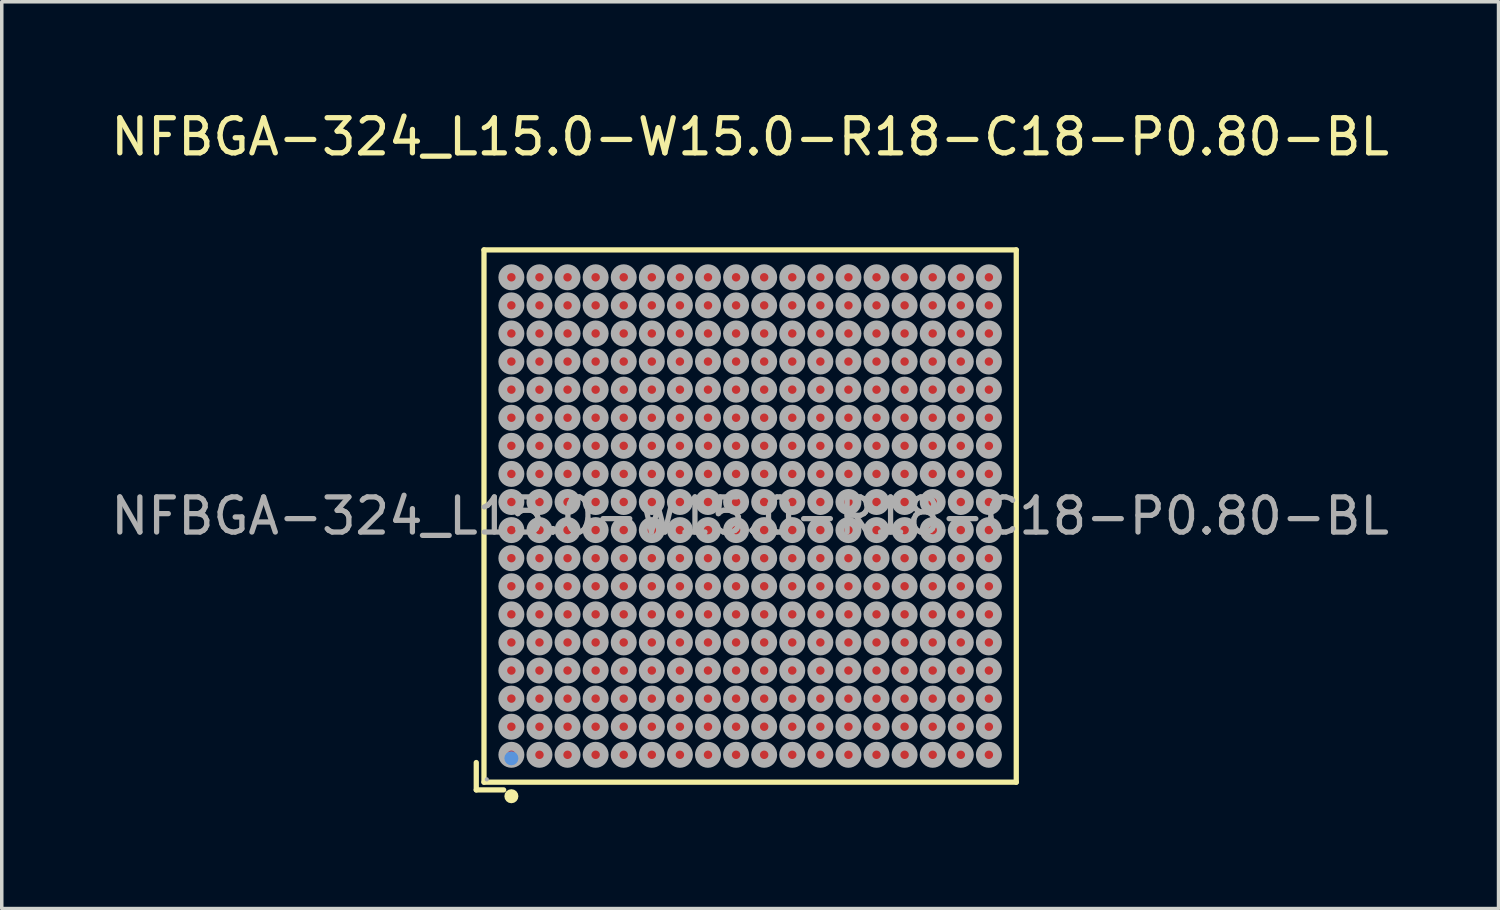
<source format=kicad_pcb>
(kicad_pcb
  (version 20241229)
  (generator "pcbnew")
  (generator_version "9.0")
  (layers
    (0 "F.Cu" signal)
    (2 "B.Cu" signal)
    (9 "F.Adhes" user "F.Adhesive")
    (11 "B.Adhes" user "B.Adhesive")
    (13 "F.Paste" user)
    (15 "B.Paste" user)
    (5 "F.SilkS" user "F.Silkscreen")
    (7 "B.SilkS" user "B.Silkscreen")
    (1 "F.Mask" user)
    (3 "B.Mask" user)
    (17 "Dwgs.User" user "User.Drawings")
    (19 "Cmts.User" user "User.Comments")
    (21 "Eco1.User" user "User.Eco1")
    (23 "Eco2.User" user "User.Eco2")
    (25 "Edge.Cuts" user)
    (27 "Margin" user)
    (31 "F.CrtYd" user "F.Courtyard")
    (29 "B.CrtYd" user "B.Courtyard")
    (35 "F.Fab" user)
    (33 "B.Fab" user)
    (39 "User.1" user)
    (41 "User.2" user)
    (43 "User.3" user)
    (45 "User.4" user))
  (footprint "NFBGA-324_L15.0-W15.0-R18-C18-P0.80-BL"
    (layer "F.Cu")
    (at 18.315 11.648)
    (property "Reference" "NFBGA-324_L15.0-W15.0-R18-C18-P0.80-BL" (at 0 -10.8 0) (layer "F.SilkS") (effects (font (size 1 1) (thickness 0.15))))
    (attr through_hole)
    (fp_line (start -7.8 7.02) (end -7.8 7.8) (stroke (width 0.15) (type solid)) (layer "F.SilkS"))
    (fp_line (start -7.8 7.8) (end -7.02 7.8) (stroke (width 0.15) (type solid)) (layer "F.SilkS"))
    (fp_line (start -7.58 -7.58) (end 7.58 -7.58) (stroke (width 0.15) (type solid)) (layer "F.SilkS"))
    (fp_line (start -7.58 7.58) (end -7.58 -7.58) (stroke (width 0.15) (type solid)) (layer "F.SilkS"))
    (fp_line (start 7.58 -7.58) (end 7.58 7.58) (stroke (width 0.15) (type solid)) (layer "F.SilkS"))
    (fp_line (start 7.58 7.58) (end -7.58 7.58) (stroke (width 0.15) (type solid)) (layer "F.SilkS"))
    (fp_circle (center -6.8 7.98) (end -6.7 7.98) (stroke (width 0.2) (type solid)) (fill no) (layer "F.SilkS"))
    (fp_circle (center -6.8 6.9) (end -6.7 6.9) (stroke (width 0.2) (type solid)) (fill no) (layer "Cmts.User"))
    (fp_circle (center -7.5 7.5) (end -7.47 7.5) (stroke (width 0.06) (type solid)) (fill no) (layer "F.Fab"))
    (fp_circle (center -6.8 -6.8) (end -6.68 -6.8) (stroke (width 0.25) (type solid)) (fill no) (layer "F.Fab"))
    (fp_circle (center -6.8 -6) (end -6.68 -6) (stroke (width 0.25) (type solid)) (fill no) (layer "F.Fab"))
    (fp_circle (center -6.8 -5.2) (end -6.68 -5.2) (stroke (width 0.25) (type solid)) (fill no) (layer "F.Fab"))
    (fp_circle (center -6.8 -4.4) (end -6.68 -4.4) (stroke (width 0.25) (type solid)) (fill no) (layer "F.Fab"))
    (fp_circle (center -6.8 -3.6) (end -6.68 -3.6) (stroke (width 0.25) (type solid)) (fill no) (layer "F.Fab"))
    (fp_circle (center -6.8 -2.8) (end -6.68 -2.8) (stroke (width 0.25) (type solid)) (fill no) (layer "F.Fab"))
    (fp_circle (center -6.8 -2) (end -6.68 -2) (stroke (width 0.25) (type solid)) (fill no) (layer "F.Fab"))
    (fp_circle (center -6.8 -1.2) (end -6.68 -1.2) (stroke (width 0.25) (type solid)) (fill no) (layer "F.Fab"))
    (fp_circle (center -6.8 -0.4) (end -6.68 -0.4) (stroke (width 0.25) (type solid)) (fill no) (layer "F.Fab"))
    (fp_circle (center -6.8 0.4) (end -6.68 0.4) (stroke (width 0.25) (type solid)) (fill no) (layer "F.Fab"))
    (fp_circle (center -6.8 1.2) (end -6.68 1.2) (stroke (width 0.25) (type solid)) (fill no) (layer "F.Fab"))
    (fp_circle (center -6.8 2) (end -6.68 2) (stroke (width 0.25) (type solid)) (fill no) (layer "F.Fab"))
    (fp_circle (center -6.8 2.8) (end -6.68 2.8) (stroke (width 0.25) (type solid)) (fill no) (layer "F.Fab"))
    (fp_circle (center -6.8 3.6) (end -6.68 3.6) (stroke (width 0.25) (type solid)) (fill no) (layer "F.Fab"))
    (fp_circle (center -6.8 4.4) (end -6.68 4.4) (stroke (width 0.25) (type solid)) (fill no) (layer "F.Fab"))
    (fp_circle (center -6.8 5.2) (end -6.68 5.2) (stroke (width 0.25) (type solid)) (fill no) (layer "F.Fab"))
    (fp_circle (center -6.8 6) (end -6.68 6) (stroke (width 0.25) (type solid)) (fill no) (layer "F.Fab"))
    (fp_circle (center -6.8 6.8) (end -6.68 6.8) (stroke (width 0.25) (type solid)) (fill no) (layer "F.Fab"))
    (fp_circle (center -6 -6.8) (end -5.88 -6.8) (stroke (width 0.25) (type solid)) (fill no) (layer "F.Fab"))
    (fp_circle (center -6 -6) (end -5.88 -6) (stroke (width 0.25) (type solid)) (fill no) (layer "F.Fab"))
    (fp_circle (center -6 -5.2) (end -5.88 -5.2) (stroke (width 0.25) (type solid)) (fill no) (layer "F.Fab"))
    (fp_circle (center -6 -4.4) (end -5.88 -4.4) (stroke (width 0.25) (type solid)) (fill no) (layer "F.Fab"))
    (fp_circle (center -6 -3.6) (end -5.88 -3.6) (stroke (width 0.25) (type solid)) (fill no) (layer "F.Fab"))
    (fp_circle (center -6 -2.8) (end -5.88 -2.8) (stroke (width 0.25) (type solid)) (fill no) (layer "F.Fab"))
    (fp_circle (center -6 -2) (end -5.88 -2) (stroke (width 0.25) (type solid)) (fill no) (layer "F.Fab"))
    (fp_circle (center -6 -1.2) (end -5.88 -1.2) (stroke (width 0.25) (type solid)) (fill no) (layer "F.Fab"))
    (fp_circle (center -6 -0.4) (end -5.88 -0.4) (stroke (width 0.25) (type solid)) (fill no) (layer "F.Fab"))
    (fp_circle (center -6 0.4) (end -5.88 0.4) (stroke (width 0.25) (type solid)) (fill no) (layer "F.Fab"))
    (fp_circle (center -6 1.2) (end -5.88 1.2) (stroke (width 0.25) (type solid)) (fill no) (layer "F.Fab"))
    (fp_circle (center -6 2) (end -5.88 2) (stroke (width 0.25) (type solid)) (fill no) (layer "F.Fab"))
    (fp_circle (center -6 2.8) (end -5.88 2.8) (stroke (width 0.25) (type solid)) (fill no) (layer "F.Fab"))
    (fp_circle (center -6 3.6) (end -5.88 3.6) (stroke (width 0.25) (type solid)) (fill no) (layer "F.Fab"))
    (fp_circle (center -6 4.4) (end -5.88 4.4) (stroke (width 0.25) (type solid)) (fill no) (layer "F.Fab"))
    (fp_circle (center -6 5.2) (end -5.88 5.2) (stroke (width 0.25) (type solid)) (fill no) (layer "F.Fab"))
    (fp_circle (center -6 6) (end -5.88 6) (stroke (width 0.25) (type solid)) (fill no) (layer "F.Fab"))
    (fp_circle (center -6 6.8) (end -5.88 6.8) (stroke (width 0.25) (type solid)) (fill no) (layer "F.Fab"))
    (fp_circle (center -5.2 -6.8) (end -5.08 -6.8) (stroke (width 0.25) (type solid)) (fill no) (layer "F.Fab"))
    (fp_circle (center -5.2 -6) (end -5.08 -6) (stroke (width 0.25) (type solid)) (fill no) (layer "F.Fab"))
    (fp_circle (center -5.2 -5.2) (end -5.08 -5.2) (stroke (width 0.25) (type solid)) (fill no) (layer "F.Fab"))
    (fp_circle (center -5.2 -4.4) (end -5.08 -4.4) (stroke (width 0.25) (type solid)) (fill no) (layer "F.Fab"))
    (fp_circle (center -5.2 -3.6) (end -5.08 -3.6) (stroke (width 0.25) (type solid)) (fill no) (layer "F.Fab"))
    (fp_circle (center -5.2 -2.8) (end -5.08 -2.8) (stroke (width 0.25) (type solid)) (fill no) (layer "F.Fab"))
    (fp_circle (center -5.2 -2) (end -5.08 -2) (stroke (width 0.25) (type solid)) (fill no) (layer "F.Fab"))
    (fp_circle (center -5.2 -1.2) (end -5.08 -1.2) (stroke (width 0.25) (type solid)) (fill no) (layer "F.Fab"))
    (fp_circle (center -5.2 -0.4) (end -5.08 -0.4) (stroke (width 0.25) (type solid)) (fill no) (layer "F.Fab"))
    (fp_circle (center -5.2 0.4) (end -5.08 0.4) (stroke (width 0.25) (type solid)) (fill no) (layer "F.Fab"))
    (fp_circle (center -5.2 1.2) (end -5.08 1.2) (stroke (width 0.25) (type solid)) (fill no) (layer "F.Fab"))
    (fp_circle (center -5.2 2) (end -5.08 2) (stroke (width 0.25) (type solid)) (fill no) (layer "F.Fab"))
    (fp_circle (center -5.2 2.8) (end -5.08 2.8) (stroke (width 0.25) (type solid)) (fill no) (layer "F.Fab"))
    (fp_circle (center -5.2 3.6) (end -5.08 3.6) (stroke (width 0.25) (type solid)) (fill no) (layer "F.Fab"))
    (fp_circle (center -5.2 4.4) (end -5.08 4.4) (stroke (width 0.25) (type solid)) (fill no) (layer "F.Fab"))
    (fp_circle (center -5.2 5.2) (end -5.08 5.2) (stroke (width 0.25) (type solid)) (fill no) (layer "F.Fab"))
    (fp_circle (center -5.2 6) (end -5.08 6) (stroke (width 0.25) (type solid)) (fill no) (layer "F.Fab"))
    (fp_circle (center -5.2 6.8) (end -5.08 6.8) (stroke (width 0.25) (type solid)) (fill no) (layer "F.Fab"))
    (fp_circle (center -4.4 -6.8) (end -4.28 -6.8) (stroke (width 0.25) (type solid)) (fill no) (layer "F.Fab"))
    (fp_circle (center -4.4 -6) (end -4.28 -6) (stroke (width 0.25) (type solid)) (fill no) (layer "F.Fab"))
    (fp_circle (center -4.4 -5.2) (end -4.28 -5.2) (stroke (width 0.25) (type solid)) (fill no) (layer "F.Fab"))
    (fp_circle (center -4.4 -4.4) (end -4.28 -4.4) (stroke (width 0.25) (type solid)) (fill no) (layer "F.Fab"))
    (fp_circle (center -4.4 -3.6) (end -4.28 -3.6) (stroke (width 0.25) (type solid)) (fill no) (layer "F.Fab"))
    (fp_circle (center -4.4 -2.8) (end -4.28 -2.8) (stroke (width 0.25) (type solid)) (fill no) (layer "F.Fab"))
    (fp_circle (center -4.4 -2) (end -4.28 -2) (stroke (width 0.25) (type solid)) (fill no) (layer "F.Fab"))
    (fp_circle (center -4.4 -1.2) (end -4.28 -1.2) (stroke (width 0.25) (type solid)) (fill no) (layer "F.Fab"))
    (fp_circle (center -4.4 -0.4) (end -4.28 -0.4) (stroke (width 0.25) (type solid)) (fill no) (layer "F.Fab"))
    (fp_circle (center -4.4 0.4) (end -4.28 0.4) (stroke (width 0.25) (type solid)) (fill no) (layer "F.Fab"))
    (fp_circle (center -4.4 1.2) (end -4.28 1.2) (stroke (width 0.25) (type solid)) (fill no) (layer "F.Fab"))
    (fp_circle (center -4.4 2) (end -4.28 2) (stroke (width 0.25) (type solid)) (fill no) (layer "F.Fab"))
    (fp_circle (center -4.4 2.8) (end -4.28 2.8) (stroke (width 0.25) (type solid)) (fill no) (layer "F.Fab"))
    (fp_circle (center -4.4 3.6) (end -4.28 3.6) (stroke (width 0.25) (type solid)) (fill no) (layer "F.Fab"))
    (fp_circle (center -4.4 4.4) (end -4.28 4.4) (stroke (width 0.25) (type solid)) (fill no) (layer "F.Fab"))
    (fp_circle (center -4.4 5.2) (end -4.28 5.2) (stroke (width 0.25) (type solid)) (fill no) (layer "F.Fab"))
    (fp_circle (center -4.4 6) (end -4.28 6) (stroke (width 0.25) (type solid)) (fill no) (layer "F.Fab"))
    (fp_circle (center -4.4 6.8) (end -4.28 6.8) (stroke (width 0.25) (type solid)) (fill no) (layer "F.Fab"))
    (fp_circle (center -3.6 -6.8) (end -3.48 -6.8) (stroke (width 0.25) (type solid)) (fill no) (layer "F.Fab"))
    (fp_circle (center -3.6 -6) (end -3.48 -6) (stroke (width 0.25) (type solid)) (fill no) (layer "F.Fab"))
    (fp_circle (center -3.6 -5.2) (end -3.48 -5.2) (stroke (width 0.25) (type solid)) (fill no) (layer "F.Fab"))
    (fp_circle (center -3.6 -4.4) (end -3.48 -4.4) (stroke (width 0.25) (type solid)) (fill no) (layer "F.Fab"))
    (fp_circle (center -3.6 -3.6) (end -3.48 -3.6) (stroke (width 0.25) (type solid)) (fill no) (layer "F.Fab"))
    (fp_circle (center -3.6 -2.8) (end -3.48 -2.8) (stroke (width 0.25) (type solid)) (fill no) (layer "F.Fab"))
    (fp_circle (center -3.6 -2) (end -3.48 -2) (stroke (width 0.25) (type solid)) (fill no) (layer "F.Fab"))
    (fp_circle (center -3.6 -1.2) (end -3.48 -1.2) (stroke (width 0.25) (type solid)) (fill no) (layer "F.Fab"))
    (fp_circle (center -3.6 -0.4) (end -3.48 -0.4) (stroke (width 0.25) (type solid)) (fill no) (layer "F.Fab"))
    (fp_circle (center -3.6 0.4) (end -3.48 0.4) (stroke (width 0.25) (type solid)) (fill no) (layer "F.Fab"))
    (fp_circle (center -3.6 1.2) (end -3.48 1.2) (stroke (width 0.25) (type solid)) (fill no) (layer "F.Fab"))
    (fp_circle (center -3.6 2) (end -3.48 2) (stroke (width 0.25) (type solid)) (fill no) (layer "F.Fab"))
    (fp_circle (center -3.6 2.8) (end -3.48 2.8) (stroke (width 0.25) (type solid)) (fill no) (layer "F.Fab"))
    (fp_circle (center -3.6 3.6) (end -3.48 3.6) (stroke (width 0.25) (type solid)) (fill no) (layer "F.Fab"))
    (fp_circle (center -3.6 4.4) (end -3.48 4.4) (stroke (width 0.25) (type solid)) (fill no) (layer "F.Fab"))
    (fp_circle (center -3.6 5.2) (end -3.48 5.2) (stroke (width 0.25) (type solid)) (fill no) (layer "F.Fab"))
    (fp_circle (center -3.6 6) (end -3.48 6) (stroke (width 0.25) (type solid)) (fill no) (layer "F.Fab"))
    (fp_circle (center -3.6 6.8) (end -3.48 6.8) (stroke (width 0.25) (type solid)) (fill no) (layer "F.Fab"))
    (fp_circle (center -2.8 -6.8) (end -2.68 -6.8) (stroke (width 0.25) (type solid)) (fill no) (layer "F.Fab"))
    (fp_circle (center -2.8 -6) (end -2.68 -6) (stroke (width 0.25) (type solid)) (fill no) (layer "F.Fab"))
    (fp_circle (center -2.8 -5.2) (end -2.68 -5.2) (stroke (width 0.25) (type solid)) (fill no) (layer "F.Fab"))
    (fp_circle (center -2.8 -4.4) (end -2.68 -4.4) (stroke (width 0.25) (type solid)) (fill no) (layer "F.Fab"))
    (fp_circle (center -2.8 -3.6) (end -2.68 -3.6) (stroke (width 0.25) (type solid)) (fill no) (layer "F.Fab"))
    (fp_circle (center -2.8 -2.8) (end -2.68 -2.8) (stroke (width 0.25) (type solid)) (fill no) (layer "F.Fab"))
    (fp_circle (center -2.8 -2) (end -2.68 -2) (stroke (width 0.25) (type solid)) (fill no) (layer "F.Fab"))
    (fp_circle (center -2.8 -1.2) (end -2.68 -1.2) (stroke (width 0.25) (type solid)) (fill no) (layer "F.Fab"))
    (fp_circle (center -2.8 -0.4) (end -2.68 -0.4) (stroke (width 0.25) (type solid)) (fill no) (layer "F.Fab"))
    (fp_circle (center -2.8 0.4) (end -2.68 0.4) (stroke (width 0.25) (type solid)) (fill no) (layer "F.Fab"))
    (fp_circle (center -2.8 1.2) (end -2.68 1.2) (stroke (width 0.25) (type solid)) (fill no) (layer "F.Fab"))
    (fp_circle (center -2.8 2) (end -2.68 2) (stroke (width 0.25) (type solid)) (fill no) (layer "F.Fab"))
    (fp_circle (center -2.8 2.8) (end -2.68 2.8) (stroke (width 0.25) (type solid)) (fill no) (layer "F.Fab"))
    (fp_circle (center -2.8 3.6) (end -2.68 3.6) (stroke (width 0.25) (type solid)) (fill no) (layer "F.Fab"))
    (fp_circle (center -2.8 4.4) (end -2.68 4.4) (stroke (width 0.25) (type solid)) (fill no) (layer "F.Fab"))
    (fp_circle (center -2.8 5.2) (end -2.68 5.2) (stroke (width 0.25) (type solid)) (fill no) (layer "F.Fab"))
    (fp_circle (center -2.8 6) (end -2.68 6) (stroke (width 0.25) (type solid)) (fill no) (layer "F.Fab"))
    (fp_circle (center -2.8 6.8) (end -2.68 6.8) (stroke (width 0.25) (type solid)) (fill no) (layer "F.Fab"))
    (fp_circle (center -2 -6.8) (end -1.88 -6.8) (stroke (width 0.25) (type solid)) (fill no) (layer "F.Fab"))
    (fp_circle (center -2 -6) (end -1.88 -6) (stroke (width 0.25) (type solid)) (fill no) (layer "F.Fab"))
    (fp_circle (center -2 -5.2) (end -1.88 -5.2) (stroke (width 0.25) (type solid)) (fill no) (layer "F.Fab"))
    (fp_circle (center -2 -4.4) (end -1.88 -4.4) (stroke (width 0.25) (type solid)) (fill no) (layer "F.Fab"))
    (fp_circle (center -2 -3.6) (end -1.88 -3.6) (stroke (width 0.25) (type solid)) (fill no) (layer "F.Fab"))
    (fp_circle (center -2 -2.8) (end -1.88 -2.8) (stroke (width 0.25) (type solid)) (fill no) (layer "F.Fab"))
    (fp_circle (center -2 -2) (end -1.88 -2) (stroke (width 0.25) (type solid)) (fill no) (layer "F.Fab"))
    (fp_circle (center -2 -1.2) (end -1.88 -1.2) (stroke (width 0.25) (type solid)) (fill no) (layer "F.Fab"))
    (fp_circle (center -2 -0.4) (end -1.88 -0.4) (stroke (width 0.25) (type solid)) (fill no) (layer "F.Fab"))
    (fp_circle (center -2 0.4) (end -1.88 0.4) (stroke (width 0.25) (type solid)) (fill no) (layer "F.Fab"))
    (fp_circle (center -2 1.2) (end -1.88 1.2) (stroke (width 0.25) (type solid)) (fill no) (layer "F.Fab"))
    (fp_circle (center -2 2) (end -1.88 2) (stroke (width 0.25) (type solid)) (fill no) (layer "F.Fab"))
    (fp_circle (center -2 2.8) (end -1.88 2.8) (stroke (width 0.25) (type solid)) (fill no) (layer "F.Fab"))
    (fp_circle (center -2 3.6) (end -1.88 3.6) (stroke (width 0.25) (type solid)) (fill no) (layer "F.Fab"))
    (fp_circle (center -2 4.4) (end -1.88 4.4) (stroke (width 0.25) (type solid)) (fill no) (layer "F.Fab"))
    (fp_circle (center -2 5.2) (end -1.88 5.2) (stroke (width 0.25) (type solid)) (fill no) (layer "F.Fab"))
    (fp_circle (center -2 6) (end -1.88 6) (stroke (width 0.25) (type solid)) (fill no) (layer "F.Fab"))
    (fp_circle (center -2 6.8) (end -1.88 6.8) (stroke (width 0.25) (type solid)) (fill no) (layer "F.Fab"))
    (fp_circle (center -1.2 -6.8) (end -1.08 -6.8) (stroke (width 0.25) (type solid)) (fill no) (layer "F.Fab"))
    (fp_circle (center -1.2 -6) (end -1.08 -6) (stroke (width 0.25) (type solid)) (fill no) (layer "F.Fab"))
    (fp_circle (center -1.2 -5.2) (end -1.08 -5.2) (stroke (width 0.25) (type solid)) (fill no) (layer "F.Fab"))
    (fp_circle (center -1.2 -4.4) (end -1.08 -4.4) (stroke (width 0.25) (type solid)) (fill no) (layer "F.Fab"))
    (fp_circle (center -1.2 -3.6) (end -1.08 -3.6) (stroke (width 0.25) (type solid)) (fill no) (layer "F.Fab"))
    (fp_circle (center -1.2 -2.8) (end -1.08 -2.8) (stroke (width 0.25) (type solid)) (fill no) (layer "F.Fab"))
    (fp_circle (center -1.2 -2) (end -1.08 -2) (stroke (width 0.25) (type solid)) (fill no) (layer "F.Fab"))
    (fp_circle (center -1.2 -1.2) (end -1.08 -1.2) (stroke (width 0.25) (type solid)) (fill no) (layer "F.Fab"))
    (fp_circle (center -1.2 -0.4) (end -1.08 -0.4) (stroke (width 0.25) (type solid)) (fill no) (layer "F.Fab"))
    (fp_circle (center -1.2 0.4) (end -1.08 0.4) (stroke (width 0.25) (type solid)) (fill no) (layer "F.Fab"))
    (fp_circle (center -1.2 1.2) (end -1.08 1.2) (stroke (width 0.25) (type solid)) (fill no) (layer "F.Fab"))
    (fp_circle (center -1.2 2) (end -1.08 2) (stroke (width 0.25) (type solid)) (fill no) (layer "F.Fab"))
    (fp_circle (center -1.2 2.8) (end -1.08 2.8) (stroke (width 0.25) (type solid)) (fill no) (layer "F.Fab"))
    (fp_circle (center -1.2 3.6) (end -1.08 3.6) (stroke (width 0.25) (type solid)) (fill no) (layer "F.Fab"))
    (fp_circle (center -1.2 4.4) (end -1.08 4.4) (stroke (width 0.25) (type solid)) (fill no) (layer "F.Fab"))
    (fp_circle (center -1.2 5.2) (end -1.08 5.2) (stroke (width 0.25) (type solid)) (fill no) (layer "F.Fab"))
    (fp_circle (center -1.2 6) (end -1.08 6) (stroke (width 0.25) (type solid)) (fill no) (layer "F.Fab"))
    (fp_circle (center -1.2 6.8) (end -1.08 6.8) (stroke (width 0.25) (type solid)) (fill no) (layer "F.Fab"))
    (fp_circle (center -0.4 -6.8) (end -0.28 -6.8) (stroke (width 0.25) (type solid)) (fill no) (layer "F.Fab"))
    (fp_circle (center -0.4 -6) (end -0.28 -6) (stroke (width 0.25) (type solid)) (fill no) (layer "F.Fab"))
    (fp_circle (center -0.4 -5.2) (end -0.28 -5.2) (stroke (width 0.25) (type solid)) (fill no) (layer "F.Fab"))
    (fp_circle (center -0.4 -4.4) (end -0.28 -4.4) (stroke (width 0.25) (type solid)) (fill no) (layer "F.Fab"))
    (fp_circle (center -0.4 -3.6) (end -0.28 -3.6) (stroke (width 0.25) (type solid)) (fill no) (layer "F.Fab"))
    (fp_circle (center -0.4 -2.8) (end -0.28 -2.8) (stroke (width 0.25) (type solid)) (fill no) (layer "F.Fab"))
    (fp_circle (center -0.4 -2) (end -0.28 -2) (stroke (width 0.25) (type solid)) (fill no) (layer "F.Fab"))
    (fp_circle (center -0.4 -1.2) (end -0.28 -1.2) (stroke (width 0.25) (type solid)) (fill no) (layer "F.Fab"))
    (fp_circle (center -0.4 -0.4) (end -0.28 -0.4) (stroke (width 0.25) (type solid)) (fill no) (layer "F.Fab"))
    (fp_circle (center -0.4 0.4) (end -0.28 0.4) (stroke (width 0.25) (type solid)) (fill no) (layer "F.Fab"))
    (fp_circle (center -0.4 1.2) (end -0.28 1.2) (stroke (width 0.25) (type solid)) (fill no) (layer "F.Fab"))
    (fp_circle (center -0.4 2) (end -0.28 2) (stroke (width 0.25) (type solid)) (fill no) (layer "F.Fab"))
    (fp_circle (center -0.4 2.8) (end -0.28 2.8) (stroke (width 0.25) (type solid)) (fill no) (layer "F.Fab"))
    (fp_circle (center -0.4 3.6) (end -0.28 3.6) (stroke (width 0.25) (type solid)) (fill no) (layer "F.Fab"))
    (fp_circle (center -0.4 4.4) (end -0.28 4.4) (stroke (width 0.25) (type solid)) (fill no) (layer "F.Fab"))
    (fp_circle (center -0.4 5.2) (end -0.28 5.2) (stroke (width 0.25) (type solid)) (fill no) (layer "F.Fab"))
    (fp_circle (center -0.4 6) (end -0.28 6) (stroke (width 0.25) (type solid)) (fill no) (layer "F.Fab"))
    (fp_circle (center -0.4 6.8) (end -0.28 6.8) (stroke (width 0.25) (type solid)) (fill no) (layer "F.Fab"))
    (fp_circle (center 0.4 -6.8) (end 0.52 -6.8) (stroke (width 0.25) (type solid)) (fill no) (layer "F.Fab"))
    (fp_circle (center 0.4 -6) (end 0.52 -6) (stroke (width 0.25) (type solid)) (fill no) (layer "F.Fab"))
    (fp_circle (center 0.4 -5.2) (end 0.52 -5.2) (stroke (width 0.25) (type solid)) (fill no) (layer "F.Fab"))
    (fp_circle (center 0.4 -4.4) (end 0.52 -4.4) (stroke (width 0.25) (type solid)) (fill no) (layer "F.Fab"))
    (fp_circle (center 0.4 -3.6) (end 0.52 -3.6) (stroke (width 0.25) (type solid)) (fill no) (layer "F.Fab"))
    (fp_circle (center 0.4 -2.8) (end 0.52 -2.8) (stroke (width 0.25) (type solid)) (fill no) (layer "F.Fab"))
    (fp_circle (center 0.4 -2) (end 0.52 -2) (stroke (width 0.25) (type solid)) (fill no) (layer "F.Fab"))
    (fp_circle (center 0.4 -1.2) (end 0.52 -1.2) (stroke (width 0.25) (type solid)) (fill no) (layer "F.Fab"))
    (fp_circle (center 0.4 -0.4) (end 0.52 -0.4) (stroke (width 0.25) (type solid)) (fill no) (layer "F.Fab"))
    (fp_circle (center 0.4 0.4) (end 0.52 0.4) (stroke (width 0.25) (type solid)) (fill no) (layer "F.Fab"))
    (fp_circle (center 0.4 1.2) (end 0.52 1.2) (stroke (width 0.25) (type solid)) (fill no) (layer "F.Fab"))
    (fp_circle (center 0.4 2) (end 0.52 2) (stroke (width 0.25) (type solid)) (fill no) (layer "F.Fab"))
    (fp_circle (center 0.4 2.8) (end 0.52 2.8) (stroke (width 0.25) (type solid)) (fill no) (layer "F.Fab"))
    (fp_circle (center 0.4 3.6) (end 0.52 3.6) (stroke (width 0.25) (type solid)) (fill no) (layer "F.Fab"))
    (fp_circle (center 0.4 4.4) (end 0.52 4.4) (stroke (width 0.25) (type solid)) (fill no) (layer "F.Fab"))
    (fp_circle (center 0.4 5.2) (end 0.52 5.2) (stroke (width 0.25) (type solid)) (fill no) (layer "F.Fab"))
    (fp_circle (center 0.4 6) (end 0.52 6) (stroke (width 0.25) (type solid)) (fill no) (layer "F.Fab"))
    (fp_circle (center 0.4 6.8) (end 0.52 6.8) (stroke (width 0.25) (type solid)) (fill no) (layer "F.Fab"))
    (fp_circle (center 1.2 -6.8) (end 1.32 -6.8) (stroke (width 0.25) (type solid)) (fill no) (layer "F.Fab"))
    (fp_circle (center 1.2 -6) (end 1.32 -6) (stroke (width 0.25) (type solid)) (fill no) (layer "F.Fab"))
    (fp_circle (center 1.2 -5.2) (end 1.32 -5.2) (stroke (width 0.25) (type solid)) (fill no) (layer "F.Fab"))
    (fp_circle (center 1.2 -4.4) (end 1.32 -4.4) (stroke (width 0.25) (type solid)) (fill no) (layer "F.Fab"))
    (fp_circle (center 1.2 -3.6) (end 1.32 -3.6) (stroke (width 0.25) (type solid)) (fill no) (layer "F.Fab"))
    (fp_circle (center 1.2 -2.8) (end 1.32 -2.8) (stroke (width 0.25) (type solid)) (fill no) (layer "F.Fab"))
    (fp_circle (center 1.2 -2) (end 1.32 -2) (stroke (width 0.25) (type solid)) (fill no) (layer "F.Fab"))
    (fp_circle (center 1.2 -1.2) (end 1.32 -1.2) (stroke (width 0.25) (type solid)) (fill no) (layer "F.Fab"))
    (fp_circle (center 1.2 -0.4) (end 1.32 -0.4) (stroke (width 0.25) (type solid)) (fill no) (layer "F.Fab"))
    (fp_circle (center 1.2 0.4) (end 1.32 0.4) (stroke (width 0.25) (type solid)) (fill no) (layer "F.Fab"))
    (fp_circle (center 1.2 1.2) (end 1.32 1.2) (stroke (width 0.25) (type solid)) (fill no) (layer "F.Fab"))
    (fp_circle (center 1.2 2) (end 1.32 2) (stroke (width 0.25) (type solid)) (fill no) (layer "F.Fab"))
    (fp_circle (center 1.2 2.8) (end 1.32 2.8) (stroke (width 0.25) (type solid)) (fill no) (layer "F.Fab"))
    (fp_circle (center 1.2 3.6) (end 1.32 3.6) (stroke (width 0.25) (type solid)) (fill no) (layer "F.Fab"))
    (fp_circle (center 1.2 4.4) (end 1.32 4.4) (stroke (width 0.25) (type solid)) (fill no) (layer "F.Fab"))
    (fp_circle (center 1.2 5.2) (end 1.32 5.2) (stroke (width 0.25) (type solid)) (fill no) (layer "F.Fab"))
    (fp_circle (center 1.2 6) (end 1.32 6) (stroke (width 0.25) (type solid)) (fill no) (layer "F.Fab"))
    (fp_circle (center 1.2 6.8) (end 1.32 6.8) (stroke (width 0.25) (type solid)) (fill no) (layer "F.Fab"))
    (fp_circle (center 2 -6.8) (end 2.12 -6.8) (stroke (width 0.25) (type solid)) (fill no) (layer "F.Fab"))
    (fp_circle (center 2 -6) (end 2.12 -6) (stroke (width 0.25) (type solid)) (fill no) (layer "F.Fab"))
    (fp_circle (center 2 -5.2) (end 2.12 -5.2) (stroke (width 0.25) (type solid)) (fill no) (layer "F.Fab"))
    (fp_circle (center 2 -4.4) (end 2.12 -4.4) (stroke (width 0.25) (type solid)) (fill no) (layer "F.Fab"))
    (fp_circle (center 2 -3.6) (end 2.12 -3.6) (stroke (width 0.25) (type solid)) (fill no) (layer "F.Fab"))
    (fp_circle (center 2 -2.8) (end 2.12 -2.8) (stroke (width 0.25) (type solid)) (fill no) (layer "F.Fab"))
    (fp_circle (center 2 -2) (end 2.12 -2) (stroke (width 0.25) (type solid)) (fill no) (layer "F.Fab"))
    (fp_circle (center 2 -1.2) (end 2.12 -1.2) (stroke (width 0.25) (type solid)) (fill no) (layer "F.Fab"))
    (fp_circle (center 2 -0.4) (end 2.12 -0.4) (stroke (width 0.25) (type solid)) (fill no) (layer "F.Fab"))
    (fp_circle (center 2 0.4) (end 2.12 0.4) (stroke (width 0.25) (type solid)) (fill no) (layer "F.Fab"))
    (fp_circle (center 2 1.2) (end 2.12 1.2) (stroke (width 0.25) (type solid)) (fill no) (layer "F.Fab"))
    (fp_circle (center 2 2) (end 2.12 2) (stroke (width 0.25) (type solid)) (fill no) (layer "F.Fab"))
    (fp_circle (center 2 2.8) (end 2.12 2.8) (stroke (width 0.25) (type solid)) (fill no) (layer "F.Fab"))
    (fp_circle (center 2 3.6) (end 2.12 3.6) (stroke (width 0.25) (type solid)) (fill no) (layer "F.Fab"))
    (fp_circle (center 2 4.4) (end 2.12 4.4) (stroke (width 0.25) (type solid)) (fill no) (layer "F.Fab"))
    (fp_circle (center 2 5.2) (end 2.12 5.2) (stroke (width 0.25) (type solid)) (fill no) (layer "F.Fab"))
    (fp_circle (center 2 6) (end 2.12 6) (stroke (width 0.25) (type solid)) (fill no) (layer "F.Fab"))
    (fp_circle (center 2 6.8) (end 2.12 6.8) (stroke (width 0.25) (type solid)) (fill no) (layer "F.Fab"))
    (fp_circle (center 2.8 -6.8) (end 2.92 -6.8) (stroke (width 0.25) (type solid)) (fill no) (layer "F.Fab"))
    (fp_circle (center 2.8 -6) (end 2.92 -6) (stroke (width 0.25) (type solid)) (fill no) (layer "F.Fab"))
    (fp_circle (center 2.8 -5.2) (end 2.92 -5.2) (stroke (width 0.25) (type solid)) (fill no) (layer "F.Fab"))
    (fp_circle (center 2.8 -4.4) (end 2.92 -4.4) (stroke (width 0.25) (type solid)) (fill no) (layer "F.Fab"))
    (fp_circle (center 2.8 -3.6) (end 2.92 -3.6) (stroke (width 0.25) (type solid)) (fill no) (layer "F.Fab"))
    (fp_circle (center 2.8 -2.8) (end 2.92 -2.8) (stroke (width 0.25) (type solid)) (fill no) (layer "F.Fab"))
    (fp_circle (center 2.8 -2) (end 2.92 -2) (stroke (width 0.25) (type solid)) (fill no) (layer "F.Fab"))
    (fp_circle (center 2.8 -1.2) (end 2.92 -1.2) (stroke (width 0.25) (type solid)) (fill no) (layer "F.Fab"))
    (fp_circle (center 2.8 -0.4) (end 2.92 -0.4) (stroke (width 0.25) (type solid)) (fill no) (layer "F.Fab"))
    (fp_circle (center 2.8 0.4) (end 2.92 0.4) (stroke (width 0.25) (type solid)) (fill no) (layer "F.Fab"))
    (fp_circle (center 2.8 1.2) (end 2.92 1.2) (stroke (width 0.25) (type solid)) (fill no) (layer "F.Fab"))
    (fp_circle (center 2.8 2) (end 2.92 2) (stroke (width 0.25) (type solid)) (fill no) (layer "F.Fab"))
    (fp_circle (center 2.8 2.8) (end 2.92 2.8) (stroke (width 0.25) (type solid)) (fill no) (layer "F.Fab"))
    (fp_circle (center 2.8 3.6) (end 2.92 3.6) (stroke (width 0.25) (type solid)) (fill no) (layer "F.Fab"))
    (fp_circle (center 2.8 4.4) (end 2.92 4.4) (stroke (width 0.25) (type solid)) (fill no) (layer "F.Fab"))
    (fp_circle (center 2.8 5.2) (end 2.92 5.2) (stroke (width 0.25) (type solid)) (fill no) (layer "F.Fab"))
    (fp_circle (center 2.8 6) (end 2.92 6) (stroke (width 0.25) (type solid)) (fill no) (layer "F.Fab"))
    (fp_circle (center 2.8 6.8) (end 2.92 6.8) (stroke (width 0.25) (type solid)) (fill no) (layer "F.Fab"))
    (fp_circle (center 3.6 -6.8) (end 3.72 -6.8) (stroke (width 0.25) (type solid)) (fill no) (layer "F.Fab"))
    (fp_circle (center 3.6 -6) (end 3.72 -6) (stroke (width 0.25) (type solid)) (fill no) (layer "F.Fab"))
    (fp_circle (center 3.6 -5.2) (end 3.72 -5.2) (stroke (width 0.25) (type solid)) (fill no) (layer "F.Fab"))
    (fp_circle (center 3.6 -4.4) (end 3.72 -4.4) (stroke (width 0.25) (type solid)) (fill no) (layer "F.Fab"))
    (fp_circle (center 3.6 -3.6) (end 3.72 -3.6) (stroke (width 0.25) (type solid)) (fill no) (layer "F.Fab"))
    (fp_circle (center 3.6 -2.8) (end 3.72 -2.8) (stroke (width 0.25) (type solid)) (fill no) (layer "F.Fab"))
    (fp_circle (center 3.6 -2) (end 3.72 -2) (stroke (width 0.25) (type solid)) (fill no) (layer "F.Fab"))
    (fp_circle (center 3.6 -1.2) (end 3.72 -1.2) (stroke (width 0.25) (type solid)) (fill no) (layer "F.Fab"))
    (fp_circle (center 3.6 -0.4) (end 3.72 -0.4) (stroke (width 0.25) (type solid)) (fill no) (layer "F.Fab"))
    (fp_circle (center 3.6 0.4) (end 3.72 0.4) (stroke (width 0.25) (type solid)) (fill no) (layer "F.Fab"))
    (fp_circle (center 3.6 1.2) (end 3.72 1.2) (stroke (width 0.25) (type solid)) (fill no) (layer "F.Fab"))
    (fp_circle (center 3.6 2) (end 3.72 2) (stroke (width 0.25) (type solid)) (fill no) (layer "F.Fab"))
    (fp_circle (center 3.6 2.8) (end 3.72 2.8) (stroke (width 0.25) (type solid)) (fill no) (layer "F.Fab"))
    (fp_circle (center 3.6 3.6) (end 3.72 3.6) (stroke (width 0.25) (type solid)) (fill no) (layer "F.Fab"))
    (fp_circle (center 3.6 4.4) (end 3.72 4.4) (stroke (width 0.25) (type solid)) (fill no) (layer "F.Fab"))
    (fp_circle (center 3.6 5.2) (end 3.72 5.2) (stroke (width 0.25) (type solid)) (fill no) (layer "F.Fab"))
    (fp_circle (center 3.6 6) (end 3.72 6) (stroke (width 0.25) (type solid)) (fill no) (layer "F.Fab"))
    (fp_circle (center 3.6 6.8) (end 3.72 6.8) (stroke (width 0.25) (type solid)) (fill no) (layer "F.Fab"))
    (fp_circle (center 4.4 -6.8) (end 4.52 -6.8) (stroke (width 0.25) (type solid)) (fill no) (layer "F.Fab"))
    (fp_circle (center 4.4 -6) (end 4.52 -6) (stroke (width 0.25) (type solid)) (fill no) (layer "F.Fab"))
    (fp_circle (center 4.4 -5.2) (end 4.52 -5.2) (stroke (width 0.25) (type solid)) (fill no) (layer "F.Fab"))
    (fp_circle (center 4.4 -4.4) (end 4.52 -4.4) (stroke (width 0.25) (type solid)) (fill no) (layer "F.Fab"))
    (fp_circle (center 4.4 -3.6) (end 4.52 -3.6) (stroke (width 0.25) (type solid)) (fill no) (layer "F.Fab"))
    (fp_circle (center 4.4 -2.8) (end 4.52 -2.8) (stroke (width 0.25) (type solid)) (fill no) (layer "F.Fab"))
    (fp_circle (center 4.4 -2) (end 4.52 -2) (stroke (width 0.25) (type solid)) (fill no) (layer "F.Fab"))
    (fp_circle (center 4.4 -1.2) (end 4.52 -1.2) (stroke (width 0.25) (type solid)) (fill no) (layer "F.Fab"))
    (fp_circle (center 4.4 -0.4) (end 4.52 -0.4) (stroke (width 0.25) (type solid)) (fill no) (layer "F.Fab"))
    (fp_circle (center 4.4 0.4) (end 4.52 0.4) (stroke (width 0.25) (type solid)) (fill no) (layer "F.Fab"))
    (fp_circle (center 4.4 1.2) (end 4.52 1.2) (stroke (width 0.25) (type solid)) (fill no) (layer "F.Fab"))
    (fp_circle (center 4.4 2) (end 4.52 2) (stroke (width 0.25) (type solid)) (fill no) (layer "F.Fab"))
    (fp_circle (center 4.4 2.8) (end 4.52 2.8) (stroke (width 0.25) (type solid)) (fill no) (layer "F.Fab"))
    (fp_circle (center 4.4 3.6) (end 4.52 3.6) (stroke (width 0.25) (type solid)) (fill no) (layer "F.Fab"))
    (fp_circle (center 4.4 4.4) (end 4.52 4.4) (stroke (width 0.25) (type solid)) (fill no) (layer "F.Fab"))
    (fp_circle (center 4.4 5.2) (end 4.52 5.2) (stroke (width 0.25) (type solid)) (fill no) (layer "F.Fab"))
    (fp_circle (center 4.4 6) (end 4.52 6) (stroke (width 0.25) (type solid)) (fill no) (layer "F.Fab"))
    (fp_circle (center 4.4 6.8) (end 4.52 6.8) (stroke (width 0.25) (type solid)) (fill no) (layer "F.Fab"))
    (fp_circle (center 5.2 -6.8) (end 5.32 -6.8) (stroke (width 0.25) (type solid)) (fill no) (layer "F.Fab"))
    (fp_circle (center 5.2 -6) (end 5.32 -6) (stroke (width 0.25) (type solid)) (fill no) (layer "F.Fab"))
    (fp_circle (center 5.2 -5.2) (end 5.32 -5.2) (stroke (width 0.25) (type solid)) (fill no) (layer "F.Fab"))
    (fp_circle (center 5.2 -4.4) (end 5.32 -4.4) (stroke (width 0.25) (type solid)) (fill no) (layer "F.Fab"))
    (fp_circle (center 5.2 -3.6) (end 5.32 -3.6) (stroke (width 0.25) (type solid)) (fill no) (layer "F.Fab"))
    (fp_circle (center 5.2 -2.8) (end 5.32 -2.8) (stroke (width 0.25) (type solid)) (fill no) (layer "F.Fab"))
    (fp_circle (center 5.2 -2) (end 5.32 -2) (stroke (width 0.25) (type solid)) (fill no) (layer "F.Fab"))
    (fp_circle (center 5.2 -1.2) (end 5.32 -1.2) (stroke (width 0.25) (type solid)) (fill no) (layer "F.Fab"))
    (fp_circle (center 5.2 -0.4) (end 5.32 -0.4) (stroke (width 0.25) (type solid)) (fill no) (layer "F.Fab"))
    (fp_circle (center 5.2 0.4) (end 5.32 0.4) (stroke (width 0.25) (type solid)) (fill no) (layer "F.Fab"))
    (fp_circle (center 5.2 1.2) (end 5.32 1.2) (stroke (width 0.25) (type solid)) (fill no) (layer "F.Fab"))
    (fp_circle (center 5.2 2) (end 5.32 2) (stroke (width 0.25) (type solid)) (fill no) (layer "F.Fab"))
    (fp_circle (center 5.2 2.8) (end 5.32 2.8) (stroke (width 0.25) (type solid)) (fill no) (layer "F.Fab"))
    (fp_circle (center 5.2 3.6) (end 5.32 3.6) (stroke (width 0.25) (type solid)) (fill no) (layer "F.Fab"))
    (fp_circle (center 5.2 4.4) (end 5.32 4.4) (stroke (width 0.25) (type solid)) (fill no) (layer "F.Fab"))
    (fp_circle (center 5.2 5.2) (end 5.32 5.2) (stroke (width 0.25) (type solid)) (fill no) (layer "F.Fab"))
    (fp_circle (center 5.2 6) (end 5.32 6) (stroke (width 0.25) (type solid)) (fill no) (layer "F.Fab"))
    (fp_circle (center 5.2 6.8) (end 5.32 6.8) (stroke (width 0.25) (type solid)) (fill no) (layer "F.Fab"))
    (fp_circle (center 6 -6.8) (end 6.12 -6.8) (stroke (width 0.25) (type solid)) (fill no) (layer "F.Fab"))
    (fp_circle (center 6 -6) (end 6.12 -6) (stroke (width 0.25) (type solid)) (fill no) (layer "F.Fab"))
    (fp_circle (center 6 -5.2) (end 6.12 -5.2) (stroke (width 0.25) (type solid)) (fill no) (layer "F.Fab"))
    (fp_circle (center 6 -4.4) (end 6.12 -4.4) (stroke (width 0.25) (type solid)) (fill no) (layer "F.Fab"))
    (fp_circle (center 6 -3.6) (end 6.12 -3.6) (stroke (width 0.25) (type solid)) (fill no) (layer "F.Fab"))
    (fp_circle (center 6 -2.8) (end 6.12 -2.8) (stroke (width 0.25) (type solid)) (fill no) (layer "F.Fab"))
    (fp_circle (center 6 -2) (end 6.12 -2) (stroke (width 0.25) (type solid)) (fill no) (layer "F.Fab"))
    (fp_circle (center 6 -1.2) (end 6.12 -1.2) (stroke (width 0.25) (type solid)) (fill no) (layer "F.Fab"))
    (fp_circle (center 6 -0.4) (end 6.12 -0.4) (stroke (width 0.25) (type solid)) (fill no) (layer "F.Fab"))
    (fp_circle (center 6 0.4) (end 6.12 0.4) (stroke (width 0.25) (type solid)) (fill no) (layer "F.Fab"))
    (fp_circle (center 6 1.2) (end 6.12 1.2) (stroke (width 0.25) (type solid)) (fill no) (layer "F.Fab"))
    (fp_circle (center 6 2) (end 6.12 2) (stroke (width 0.25) (type solid)) (fill no) (layer "F.Fab"))
    (fp_circle (center 6 2.8) (end 6.12 2.8) (stroke (width 0.25) (type solid)) (fill no) (layer "F.Fab"))
    (fp_circle (center 6 3.6) (end 6.12 3.6) (stroke (width 0.25) (type solid)) (fill no) (layer "F.Fab"))
    (fp_circle (center 6 4.4) (end 6.12 4.4) (stroke (width 0.25) (type solid)) (fill no) (layer "F.Fab"))
    (fp_circle (center 6 5.2) (end 6.12 5.2) (stroke (width 0.25) (type solid)) (fill no) (layer "F.Fab"))
    (fp_circle (center 6 6) (end 6.12 6) (stroke (width 0.25) (type solid)) (fill no) (layer "F.Fab"))
    (fp_circle (center 6 6.8) (end 6.12 6.8) (stroke (width 0.25) (type solid)) (fill no) (layer "F.Fab"))
    (fp_circle (center 6.8 -6.8) (end 6.92 -6.8) (stroke (width 0.25) (type solid)) (fill no) (layer "F.Fab"))
    (fp_circle (center 6.8 -6) (end 6.92 -6) (stroke (width 0.25) (type solid)) (fill no) (layer "F.Fab"))
    (fp_circle (center 6.8 -5.2) (end 6.92 -5.2) (stroke (width 0.25) (type solid)) (fill no) (layer "F.Fab"))
    (fp_circle (center 6.8 -4.4) (end 6.92 -4.4) (stroke (width 0.25) (type solid)) (fill no) (layer "F.Fab"))
    (fp_circle (center 6.8 -3.6) (end 6.92 -3.6) (stroke (width 0.25) (type solid)) (fill no) (layer "F.Fab"))
    (fp_circle (center 6.8 -2.8) (end 6.92 -2.8) (stroke (width 0.25) (type solid)) (fill no) (layer "F.Fab"))
    (fp_circle (center 6.8 -2) (end 6.92 -2) (stroke (width 0.25) (type solid)) (fill no) (layer "F.Fab"))
    (fp_circle (center 6.8 -1.2) (end 6.92 -1.2) (stroke (width 0.25) (type solid)) (fill no) (layer "F.Fab"))
    (fp_circle (center 6.8 -0.4) (end 6.92 -0.4) (stroke (width 0.25) (type solid)) (fill no) (layer "F.Fab"))
    (fp_circle (center 6.8 0.4) (end 6.92 0.4) (stroke (width 0.25) (type solid)) (fill no) (layer "F.Fab"))
    (fp_circle (center 6.8 1.2) (end 6.92 1.2) (stroke (width 0.25) (type solid)) (fill no) (layer "F.Fab"))
    (fp_circle (center 6.8 2) (end 6.92 2) (stroke (width 0.25) (type solid)) (fill no) (layer "F.Fab"))
    (fp_circle (center 6.8 2.8) (end 6.92 2.8) (stroke (width 0.25) (type solid)) (fill no) (layer "F.Fab"))
    (fp_circle (center 6.8 3.6) (end 6.92 3.6) (stroke (width 0.25) (type solid)) (fill no) (layer "F.Fab"))
    (fp_circle (center 6.8 4.4) (end 6.92 4.4) (stroke (width 0.25) (type solid)) (fill no) (layer "F.Fab"))
    (fp_circle (center 6.8 5.2) (end 6.92 5.2) (stroke (width 0.25) (type solid)) (fill no) (layer "F.Fab"))
    (fp_circle (center 6.8 6) (end 6.92 6) (stroke (width 0.25) (type solid)) (fill no) (layer "F.Fab"))
    (fp_circle (center 6.8 6.8) (end 6.92 6.8) (stroke (width 0.25) (type solid)) (fill no) (layer "F.Fab"))
    (fp_text user "${REFERENCE}" (at 0 0 0) (layer "F.Fab") (effects (font (size 1 1) (thickness 0.15))))
    (pad "A1" smd circle (at -6.8 6.8) (size 0.4 0.4) (layers "F.Cu" "F.Mask" "F.Paste"))
    (pad "A2" smd circle (at -6.8 6) (size 0.4 0.4) (layers "F.Cu" "F.Mask" "F.Paste"))
    (pad "A3" smd circle (at -6.8 5.2) (size 0.4 0.4) (layers "F.Cu" "F.Mask" "F.Paste"))
    (pad "A4" smd circle (at -6.8 4.4) (size 0.4 0.4) (layers "F.Cu" "F.Mask" "F.Paste"))
    (pad "A5" smd circle (at -6.8 3.6) (size 0.4 0.4) (layers "F.Cu" "F.Mask" "F.Paste"))
    (pad "A6" smd circle (at -6.8 2.8) (size 0.4 0.4) (layers "F.Cu" "F.Mask" "F.Paste"))
    (pad "A7" smd circle (at -6.8 2) (size 0.4 0.4) (layers "F.Cu" "F.Mask" "F.Paste"))
    (pad "A8" smd circle (at -6.8 1.2) (size 0.4 0.4) (layers "F.Cu" "F.Mask" "F.Paste"))
    (pad "A9" smd circle (at -6.8 0.4) (size 0.4 0.4) (layers "F.Cu" "F.Mask" "F.Paste"))
    (pad "A10" smd circle (at -6.8 -0.4) (size 0.4 0.4) (layers "F.Cu" "F.Mask" "F.Paste"))
    (pad "A11" smd circle (at -6.8 -1.2) (size 0.4 0.4) (layers "F.Cu" "F.Mask" "F.Paste"))
    (pad "A12" smd circle (at -6.8 -2) (size 0.4 0.4) (layers "F.Cu" "F.Mask" "F.Paste"))
    (pad "A13" smd circle (at -6.8 -2.8) (size 0.4 0.4) (layers "F.Cu" "F.Mask" "F.Paste"))
    (pad "A14" smd circle (at -6.8 -3.6) (size 0.4 0.4) (layers "F.Cu" "F.Mask" "F.Paste"))
    (pad "A15" smd circle (at -6.8 -4.4) (size 0.4 0.4) (layers "F.Cu" "F.Mask" "F.Paste"))
    (pad "A16" smd circle (at -6.8 -5.2) (size 0.4 0.4) (layers "F.Cu" "F.Mask" "F.Paste"))
    (pad "A17" smd circle (at -6.8 -6) (size 0.4 0.4) (layers "F.Cu" "F.Mask" "F.Paste"))
    (pad "A18" smd circle (at -6.8 -6.8) (size 0.4 0.4) (layers "F.Cu" "F.Mask" "F.Paste"))
    (pad "B1" smd circle (at -6 6.8) (size 0.4 0.4) (layers "F.Cu" "F.Mask" "F.Paste"))
    (pad "B2" smd circle (at -6 6) (size 0.4 0.4) (layers "F.Cu" "F.Mask" "F.Paste"))
    (pad "B3" smd circle (at -6 5.2) (size 0.4 0.4) (layers "F.Cu" "F.Mask" "F.Paste"))
    (pad "B4" smd circle (at -6 4.4) (size 0.4 0.4) (layers "F.Cu" "F.Mask" "F.Paste"))
    (pad "B5" smd circle (at -6 3.6) (size 0.4 0.4) (layers "F.Cu" "F.Mask" "F.Paste"))
    (pad "B6" smd circle (at -6 2.8) (size 0.4 0.4) (layers "F.Cu" "F.Mask" "F.Paste"))
    (pad "B7" smd circle (at -6 2) (size 0.4 0.4) (layers "F.Cu" "F.Mask" "F.Paste"))
    (pad "B8" smd circle (at -6 1.2) (size 0.4 0.4) (layers "F.Cu" "F.Mask" "F.Paste"))
    (pad "B9" smd circle (at -6 0.4) (size 0.4 0.4) (layers "F.Cu" "F.Mask" "F.Paste"))
    (pad "B10" smd circle (at -6 -0.4) (size 0.4 0.4) (layers "F.Cu" "F.Mask" "F.Paste"))
    (pad "B11" smd circle (at -6 -1.2) (size 0.4 0.4) (layers "F.Cu" "F.Mask" "F.Paste"))
    (pad "B12" smd circle (at -6 -2) (size 0.4 0.4) (layers "F.Cu" "F.Mask" "F.Paste"))
    (pad "B13" smd circle (at -6 -2.8) (size 0.4 0.4) (layers "F.Cu" "F.Mask" "F.Paste"))
    (pad "B14" smd circle (at -6 -3.6) (size 0.4 0.4) (layers "F.Cu" "F.Mask" "F.Paste"))
    (pad "B15" smd circle (at -6 -4.4) (size 0.4 0.4) (layers "F.Cu" "F.Mask" "F.Paste"))
    (pad "B16" smd circle (at -6 -5.2) (size 0.4 0.4) (layers "F.Cu" "F.Mask" "F.Paste"))
    (pad "B17" smd circle (at -6 -6) (size 0.4 0.4) (layers "F.Cu" "F.Mask" "F.Paste"))
    (pad "B18" smd circle (at -6 -6.8) (size 0.4 0.4) (layers "F.Cu" "F.Mask" "F.Paste"))
    (pad "C1" smd circle (at -5.2 6.8) (size 0.4 0.4) (layers "F.Cu" "F.Mask" "F.Paste"))
    (pad "C2" smd circle (at -5.2 6) (size 0.4 0.4) (layers "F.Cu" "F.Mask" "F.Paste"))
    (pad "C3" smd circle (at -5.2 5.2) (size 0.4 0.4) (layers "F.Cu" "F.Mask" "F.Paste"))
    (pad "C4" smd circle (at -5.2 4.4) (size 0.4 0.4) (layers "F.Cu" "F.Mask" "F.Paste"))
    (pad "C5" smd circle (at -5.2 3.6) (size 0.4 0.4) (layers "F.Cu" "F.Mask" "F.Paste"))
    (pad "C6" smd circle (at -5.2 2.8) (size 0.4 0.4) (layers "F.Cu" "F.Mask" "F.Paste"))
    (pad "C7" smd circle (at -5.2 2) (size 0.4 0.4) (layers "F.Cu" "F.Mask" "F.Paste"))
    (pad "C8" smd circle (at -5.2 1.2) (size 0.4 0.4) (layers "F.Cu" "F.Mask" "F.Paste"))
    (pad "C9" smd circle (at -5.2 0.4) (size 0.4 0.4) (layers "F.Cu" "F.Mask" "F.Paste"))
    (pad "C10" smd circle (at -5.2 -0.4) (size 0.4 0.4) (layers "F.Cu" "F.Mask" "F.Paste"))
    (pad "C11" smd circle (at -5.2 -1.2) (size 0.4 0.4) (layers "F.Cu" "F.Mask" "F.Paste"))
    (pad "C12" smd circle (at -5.2 -2) (size 0.4 0.4) (layers "F.Cu" "F.Mask" "F.Paste"))
    (pad "C13" smd circle (at -5.2 -2.8) (size 0.4 0.4) (layers "F.Cu" "F.Mask" "F.Paste"))
    (pad "C14" smd circle (at -5.2 -3.6) (size 0.4 0.4) (layers "F.Cu" "F.Mask" "F.Paste"))
    (pad "C15" smd circle (at -5.2 -4.4) (size 0.4 0.4) (layers "F.Cu" "F.Mask" "F.Paste"))
    (pad "C16" smd circle (at -5.2 -5.2) (size 0.4 0.4) (layers "F.Cu" "F.Mask" "F.Paste"))
    (pad "C17" smd circle (at -5.2 -6) (size 0.4 0.4) (layers "F.Cu" "F.Mask" "F.Paste"))
    (pad "C18" smd circle (at -5.2 -6.8) (size 0.4 0.4) (layers "F.Cu" "F.Mask" "F.Paste"))
    (pad "D1" smd circle (at -4.4 6.8) (size 0.4 0.4) (layers "F.Cu" "F.Mask" "F.Paste"))
    (pad "D2" smd circle (at -4.4 6) (size 0.4 0.4) (layers "F.Cu" "F.Mask" "F.Paste"))
    (pad "D3" smd circle (at -4.4 5.2) (size 0.4 0.4) (layers "F.Cu" "F.Mask" "F.Paste"))
    (pad "D4" smd circle (at -4.4 4.4) (size 0.4 0.4) (layers "F.Cu" "F.Mask" "F.Paste"))
    (pad "D5" smd circle (at -4.4 3.6) (size 0.4 0.4) (layers "F.Cu" "F.Mask" "F.Paste"))
    (pad "D6" smd circle (at -4.4 2.8) (size 0.4 0.4) (layers "F.Cu" "F.Mask" "F.Paste"))
    (pad "D7" smd circle (at -4.4 2) (size 0.4 0.4) (layers "F.Cu" "F.Mask" "F.Paste"))
    (pad "D8" smd circle (at -4.4 1.2) (size 0.4 0.4) (layers "F.Cu" "F.Mask" "F.Paste"))
    (pad "D9" smd circle (at -4.4 0.4) (size 0.4 0.4) (layers "F.Cu" "F.Mask" "F.Paste"))
    (pad "D10" smd circle (at -4.4 -0.4) (size 0.4 0.4) (layers "F.Cu" "F.Mask" "F.Paste"))
    (pad "D11" smd circle (at -4.4 -1.2) (size 0.4 0.4) (layers "F.Cu" "F.Mask" "F.Paste"))
    (pad "D12" smd circle (at -4.4 -2) (size 0.4 0.4) (layers "F.Cu" "F.Mask" "F.Paste"))
    (pad "D13" smd circle (at -4.4 -2.8) (size 0.4 0.4) (layers "F.Cu" "F.Mask" "F.Paste"))
    (pad "D14" smd circle (at -4.4 -3.6) (size 0.4 0.4) (layers "F.Cu" "F.Mask" "F.Paste"))
    (pad "D15" smd circle (at -4.4 -4.4) (size 0.4 0.4) (layers "F.Cu" "F.Mask" "F.Paste"))
    (pad "D16" smd circle (at -4.4 -5.2) (size 0.4 0.4) (layers "F.Cu" "F.Mask" "F.Paste"))
    (pad "D17" smd circle (at -4.4 -6) (size 0.4 0.4) (layers "F.Cu" "F.Mask" "F.Paste"))
    (pad "D18" smd circle (at -4.4 -6.8) (size 0.4 0.4) (layers "F.Cu" "F.Mask" "F.Paste"))
    (pad "E1" smd circle (at -3.6 6.8) (size 0.4 0.4) (layers "F.Cu" "F.Mask" "F.Paste"))
    (pad "E2" smd circle (at -3.6 6) (size 0.4 0.4) (layers "F.Cu" "F.Mask" "F.Paste"))
    (pad "E3" smd circle (at -3.6 5.2) (size 0.4 0.4) (layers "F.Cu" "F.Mask" "F.Paste"))
    (pad "E4" smd circle (at -3.6 4.4) (size 0.4 0.4) (layers "F.Cu" "F.Mask" "F.Paste"))
    (pad "E5" smd circle (at -3.6 3.6) (size 0.4 0.4) (layers "F.Cu" "F.Mask" "F.Paste"))
    (pad "E6" smd circle (at -3.6 2.8) (size 0.4 0.4) (layers "F.Cu" "F.Mask" "F.Paste"))
    (pad "E7" smd circle (at -3.6 2) (size 0.4 0.4) (layers "F.Cu" "F.Mask" "F.Paste"))
    (pad "E8" smd circle (at -3.6 1.2) (size 0.4 0.4) (layers "F.Cu" "F.Mask" "F.Paste"))
    (pad "E9" smd circle (at -3.6 0.4) (size 0.4 0.4) (layers "F.Cu" "F.Mask" "F.Paste"))
    (pad "E10" smd circle (at -3.6 -0.4) (size 0.4 0.4) (layers "F.Cu" "F.Mask" "F.Paste"))
    (pad "E11" smd circle (at -3.6 -1.2) (size 0.4 0.4) (layers "F.Cu" "F.Mask" "F.Paste"))
    (pad "E12" smd circle (at -3.6 -2) (size 0.4 0.4) (layers "F.Cu" "F.Mask" "F.Paste"))
    (pad "E13" smd circle (at -3.6 -2.8) (size 0.4 0.4) (layers "F.Cu" "F.Mask" "F.Paste"))
    (pad "E14" smd circle (at -3.6 -3.6) (size 0.4 0.4) (layers "F.Cu" "F.Mask" "F.Paste"))
    (pad "E15" smd circle (at -3.6 -4.4) (size 0.4 0.4) (layers "F.Cu" "F.Mask" "F.Paste"))
    (pad "E16" smd circle (at -3.6 -5.2) (size 0.4 0.4) (layers "F.Cu" "F.Mask" "F.Paste"))
    (pad "E17" smd circle (at -3.6 -6) (size 0.4 0.4) (layers "F.Cu" "F.Mask" "F.Paste"))
    (pad "E18" smd circle (at -3.6 -6.8) (size 0.4 0.4) (layers "F.Cu" "F.Mask" "F.Paste"))
    (pad "F1" smd circle (at -2.8 6.8) (size 0.4 0.4) (layers "F.Cu" "F.Mask" "F.Paste"))
    (pad "F2" smd circle (at -2.8 6) (size 0.4 0.4) (layers "F.Cu" "F.Mask" "F.Paste"))
    (pad "F3" smd circle (at -2.8 5.2) (size 0.4 0.4) (layers "F.Cu" "F.Mask" "F.Paste"))
    (pad "F4" smd circle (at -2.8 4.4) (size 0.4 0.4) (layers "F.Cu" "F.Mask" "F.Paste"))
    (pad "F5" smd circle (at -2.8 3.6) (size 0.4 0.4) (layers "F.Cu" "F.Mask" "F.Paste"))
    (pad "F6" smd circle (at -2.8 2.8) (size 0.4 0.4) (layers "F.Cu" "F.Mask" "F.Paste"))
    (pad "F7" smd circle (at -2.8 2) (size 0.4 0.4) (layers "F.Cu" "F.Mask" "F.Paste"))
    (pad "F8" smd circle (at -2.8 1.2) (size 0.4 0.4) (layers "F.Cu" "F.Mask" "F.Paste"))
    (pad "F9" smd circle (at -2.8 0.4) (size 0.4 0.4) (layers "F.Cu" "F.Mask" "F.Paste"))
    (pad "F10" smd circle (at -2.8 -0.4) (size 0.4 0.4) (layers "F.Cu" "F.Mask" "F.Paste"))
    (pad "F11" smd circle (at -2.8 -1.2) (size 0.4 0.4) (layers "F.Cu" "F.Mask" "F.Paste"))
    (pad "F12" smd circle (at -2.8 -2) (size 0.4 0.4) (layers "F.Cu" "F.Mask" "F.Paste"))
    (pad "F13" smd circle (at -2.8 -2.8) (size 0.4 0.4) (layers "F.Cu" "F.Mask" "F.Paste"))
    (pad "F14" smd circle (at -2.8 -3.6) (size 0.4 0.4) (layers "F.Cu" "F.Mask" "F.Paste"))
    (pad "F15" smd circle (at -2.8 -4.4) (size 0.4 0.4) (layers "F.Cu" "F.Mask" "F.Paste"))
    (pad "F16" smd circle (at -2.8 -5.2) (size 0.4 0.4) (layers "F.Cu" "F.Mask" "F.Paste"))
    (pad "F17" smd circle (at -2.8 -6) (size 0.4 0.4) (layers "F.Cu" "F.Mask" "F.Paste"))
    (pad "F18" smd circle (at -2.8 -6.8) (size 0.4 0.4) (layers "F.Cu" "F.Mask" "F.Paste"))
    (pad "G1" smd circle (at -2 6.8) (size 0.4 0.4) (layers "F.Cu" "F.Mask" "F.Paste"))
    (pad "G2" smd circle (at -2 6) (size 0.4 0.4) (layers "F.Cu" "F.Mask" "F.Paste"))
    (pad "G3" smd circle (at -2 5.2) (size 0.4 0.4) (layers "F.Cu" "F.Mask" "F.Paste"))
    (pad "G4" smd circle (at -2 4.4) (size 0.4 0.4) (layers "F.Cu" "F.Mask" "F.Paste"))
    (pad "G5" smd circle (at -2 3.6) (size 0.4 0.4) (layers "F.Cu" "F.Mask" "F.Paste"))
    (pad "G6" smd circle (at -2 2.8) (size 0.4 0.4) (layers "F.Cu" "F.Mask" "F.Paste"))
    (pad "G7" smd circle (at -2 2) (size 0.4 0.4) (layers "F.Cu" "F.Mask" "F.Paste"))
    (pad "G8" smd circle (at -2 1.2) (size 0.4 0.4) (layers "F.Cu" "F.Mask" "F.Paste"))
    (pad "G9" smd circle (at -2 0.4) (size 0.4 0.4) (layers "F.Cu" "F.Mask" "F.Paste"))
    (pad "G10" smd circle (at -2 -0.4) (size 0.4 0.4) (layers "F.Cu" "F.Mask" "F.Paste"))
    (pad "G11" smd circle (at -2 -1.2) (size 0.4 0.4) (layers "F.Cu" "F.Mask" "F.Paste"))
    (pad "G12" smd circle (at -2 -2) (size 0.4 0.4) (layers "F.Cu" "F.Mask" "F.Paste"))
    (pad "G13" smd circle (at -2 -2.8) (size 0.4 0.4) (layers "F.Cu" "F.Mask" "F.Paste"))
    (pad "G14" smd circle (at -2 -3.6) (size 0.4 0.4) (layers "F.Cu" "F.Mask" "F.Paste"))
    (pad "G15" smd circle (at -2 -4.4) (size 0.4 0.4) (layers "F.Cu" "F.Mask" "F.Paste"))
    (pad "G16" smd circle (at -2 -5.2) (size 0.4 0.4) (layers "F.Cu" "F.Mask" "F.Paste"))
    (pad "G17" smd circle (at -2 -6) (size 0.4 0.4) (layers "F.Cu" "F.Mask" "F.Paste"))
    (pad "G18" smd circle (at -2 -6.8) (size 0.4 0.4) (layers "F.Cu" "F.Mask" "F.Paste"))
    (pad "H1" smd circle (at -1.2 6.8) (size 0.4 0.4) (layers "F.Cu" "F.Mask" "F.Paste"))
    (pad "H2" smd circle (at -1.2 6) (size 0.4 0.4) (layers "F.Cu" "F.Mask" "F.Paste"))
    (pad "H3" smd circle (at -1.2 5.2) (size 0.4 0.4) (layers "F.Cu" "F.Mask" "F.Paste"))
    (pad "H4" smd circle (at -1.2 4.4) (size 0.4 0.4) (layers "F.Cu" "F.Mask" "F.Paste"))
    (pad "H5" smd circle (at -1.2 3.6) (size 0.4 0.4) (layers "F.Cu" "F.Mask" "F.Paste"))
    (pad "H6" smd circle (at -1.2 2.8) (size 0.4 0.4) (layers "F.Cu" "F.Mask" "F.Paste"))
    (pad "H7" smd circle (at -1.2 2) (size 0.4 0.4) (layers "F.Cu" "F.Mask" "F.Paste"))
    (pad "H8" smd circle (at -1.2 1.2) (size 0.4 0.4) (layers "F.Cu" "F.Mask" "F.Paste"))
    (pad "H9" smd circle (at -1.2 0.4) (size 0.4 0.4) (layers "F.Cu" "F.Mask" "F.Paste"))
    (pad "H10" smd circle (at -1.2 -0.4) (size 0.4 0.4) (layers "F.Cu" "F.Mask" "F.Paste"))
    (pad "H11" smd circle (at -1.2 -1.2) (size 0.4 0.4) (layers "F.Cu" "F.Mask" "F.Paste"))
    (pad "H12" smd circle (at -1.2 -2) (size 0.4 0.4) (layers "F.Cu" "F.Mask" "F.Paste"))
    (pad "H13" smd circle (at -1.2 -2.8) (size 0.4 0.4) (layers "F.Cu" "F.Mask" "F.Paste"))
    (pad "H14" smd circle (at -1.2 -3.6) (size 0.4 0.4) (layers "F.Cu" "F.Mask" "F.Paste"))
    (pad "H15" smd circle (at -1.2 -4.4) (size 0.4 0.4) (layers "F.Cu" "F.Mask" "F.Paste"))
    (pad "H16" smd circle (at -1.2 -5.2) (size 0.4 0.4) (layers "F.Cu" "F.Mask" "F.Paste"))
    (pad "H17" smd circle (at -1.2 -6) (size 0.4 0.4) (layers "F.Cu" "F.Mask" "F.Paste"))
    (pad "H18" smd circle (at -1.2 -6.8) (size 0.4 0.4) (layers "F.Cu" "F.Mask" "F.Paste"))
    (pad "J1" smd circle (at -0.4 6.8) (size 0.4 0.4) (layers "F.Cu" "F.Mask" "F.Paste"))
    (pad "J2" smd circle (at -0.4 6) (size 0.4 0.4) (layers "F.Cu" "F.Mask" "F.Paste"))
    (pad "J3" smd circle (at -0.4 5.2) (size 0.4 0.4) (layers "F.Cu" "F.Mask" "F.Paste"))
    (pad "J4" smd circle (at -0.4 4.4) (size 0.4 0.4) (layers "F.Cu" "F.Mask" "F.Paste"))
    (pad "J5" smd circle (at -0.4 3.6) (size 0.4 0.4) (layers "F.Cu" "F.Mask" "F.Paste"))
    (pad "J6" smd circle (at -0.4 2.8) (size 0.4 0.4) (layers "F.Cu" "F.Mask" "F.Paste"))
    (pad "J7" smd circle (at -0.4 2) (size 0.4 0.4) (layers "F.Cu" "F.Mask" "F.Paste"))
    (pad "J8" smd circle (at -0.4 1.2) (size 0.4 0.4) (layers "F.Cu" "F.Mask" "F.Paste"))
    (pad "J9" smd circle (at -0.4 0.4) (size 0.4 0.4) (layers "F.Cu" "F.Mask" "F.Paste"))
    (pad "J10" smd circle (at -0.4 -0.4) (size 0.4 0.4) (layers "F.Cu" "F.Mask" "F.Paste"))
    (pad "J11" smd circle (at -0.4 -1.2) (size 0.4 0.4) (layers "F.Cu" "F.Mask" "F.Paste"))
    (pad "J12" smd circle (at -0.4 -2) (size 0.4 0.4) (layers "F.Cu" "F.Mask" "F.Paste"))
    (pad "J13" smd circle (at -0.4 -2.8) (size 0.4 0.4) (layers "F.Cu" "F.Mask" "F.Paste"))
    (pad "J14" smd circle (at -0.4 -3.6) (size 0.4 0.4) (layers "F.Cu" "F.Mask" "F.Paste"))
    (pad "J15" smd circle (at -0.4 -4.4) (size 0.4 0.4) (layers "F.Cu" "F.Mask" "F.Paste"))
    (pad "J16" smd circle (at -0.4 -5.2) (size 0.4 0.4) (layers "F.Cu" "F.Mask" "F.Paste"))
    (pad "J17" smd circle (at -0.4 -6) (size 0.4 0.4) (layers "F.Cu" "F.Mask" "F.Paste"))
    (pad "J18" smd circle (at -0.4 -6.8) (size 0.4 0.4) (layers "F.Cu" "F.Mask" "F.Paste"))
    (pad "K1" smd circle (at 0.4 6.8) (size 0.4 0.4) (layers "F.Cu" "F.Mask" "F.Paste"))
    (pad "K2" smd circle (at 0.4 6) (size 0.4 0.4) (layers "F.Cu" "F.Mask" "F.Paste"))
    (pad "K3" smd circle (at 0.4 5.2) (size 0.4 0.4) (layers "F.Cu" "F.Mask" "F.Paste"))
    (pad "K4" smd circle (at 0.4 4.4) (size 0.4 0.4) (layers "F.Cu" "F.Mask" "F.Paste"))
    (pad "K5" smd circle (at 0.4 3.6) (size 0.4 0.4) (layers "F.Cu" "F.Mask" "F.Paste"))
    (pad "K6" smd circle (at 0.4 2.8) (size 0.4 0.4) (layers "F.Cu" "F.Mask" "F.Paste"))
    (pad "K7" smd circle (at 0.4 2) (size 0.4 0.4) (layers "F.Cu" "F.Mask" "F.Paste"))
    (pad "K8" smd circle (at 0.4 1.2) (size 0.4 0.4) (layers "F.Cu" "F.Mask" "F.Paste"))
    (pad "K9" smd circle (at 0.4 0.4) (size 0.4 0.4) (layers "F.Cu" "F.Mask" "F.Paste"))
    (pad "K10" smd circle (at 0.4 -0.4) (size 0.4 0.4) (layers "F.Cu" "F.Mask" "F.Paste"))
    (pad "K11" smd circle (at 0.4 -1.2) (size 0.4 0.4) (layers "F.Cu" "F.Mask" "F.Paste"))
    (pad "K12" smd circle (at 0.4 -2) (size 0.4 0.4) (layers "F.Cu" "F.Mask" "F.Paste"))
    (pad "K13" smd circle (at 0.4 -2.8) (size 0.4 0.4) (layers "F.Cu" "F.Mask" "F.Paste"))
    (pad "K14" smd circle (at 0.4 -3.6) (size 0.4 0.4) (layers "F.Cu" "F.Mask" "F.Paste"))
    (pad "K15" smd circle (at 0.4 -4.4) (size 0.4 0.4) (layers "F.Cu" "F.Mask" "F.Paste"))
    (pad "K16" smd circle (at 0.4 -5.2) (size 0.4 0.4) (layers "F.Cu" "F.Mask" "F.Paste"))
    (pad "K17" smd circle (at 0.4 -6) (size 0.4 0.4) (layers "F.Cu" "F.Mask" "F.Paste"))
    (pad "K18" smd circle (at 0.4 -6.8) (size 0.4 0.4) (layers "F.Cu" "F.Mask" "F.Paste"))
    (pad "L1" smd circle (at 1.2 6.8) (size 0.4 0.4) (layers "F.Cu" "F.Mask" "F.Paste"))
    (pad "L2" smd circle (at 1.2 6) (size 0.4 0.4) (layers "F.Cu" "F.Mask" "F.Paste"))
    (pad "L3" smd circle (at 1.2 5.2) (size 0.4 0.4) (layers "F.Cu" "F.Mask" "F.Paste"))
    (pad "L4" smd circle (at 1.2 4.4) (size 0.4 0.4) (layers "F.Cu" "F.Mask" "F.Paste"))
    (pad "L5" smd circle (at 1.2 3.6) (size 0.4 0.4) (layers "F.Cu" "F.Mask" "F.Paste"))
    (pad "L6" smd circle (at 1.2 2.8) (size 0.4 0.4) (layers "F.Cu" "F.Mask" "F.Paste"))
    (pad "L7" smd circle (at 1.2 2) (size 0.4 0.4) (layers "F.Cu" "F.Mask" "F.Paste"))
    (pad "L8" smd circle (at 1.2 1.2) (size 0.4 0.4) (layers "F.Cu" "F.Mask" "F.Paste"))
    (pad "L9" smd circle (at 1.2 0.4) (size 0.4 0.4) (layers "F.Cu" "F.Mask" "F.Paste"))
    (pad "L10" smd circle (at 1.2 -0.4) (size 0.4 0.4) (layers "F.Cu" "F.Mask" "F.Paste"))
    (pad "L11" smd circle (at 1.2 -1.2) (size 0.4 0.4) (layers "F.Cu" "F.Mask" "F.Paste"))
    (pad "L12" smd circle (at 1.2 -2) (size 0.4 0.4) (layers "F.Cu" "F.Mask" "F.Paste"))
    (pad "L13" smd circle (at 1.2 -2.8) (size 0.4 0.4) (layers "F.Cu" "F.Mask" "F.Paste"))
    (pad "L14" smd circle (at 1.2 -3.6) (size 0.4 0.4) (layers "F.Cu" "F.Mask" "F.Paste"))
    (pad "L15" smd circle (at 1.2 -4.4) (size 0.4 0.4) (layers "F.Cu" "F.Mask" "F.Paste"))
    (pad "L16" smd circle (at 1.2 -5.2) (size 0.4 0.4) (layers "F.Cu" "F.Mask" "F.Paste"))
    (pad "L17" smd circle (at 1.2 -6) (size 0.4 0.4) (layers "F.Cu" "F.Mask" "F.Paste"))
    (pad "L18" smd circle (at 1.2 -6.8) (size 0.4 0.4) (layers "F.Cu" "F.Mask" "F.Paste"))
    (pad "M1" smd circle (at 2 6.8) (size 0.4 0.4) (layers "F.Cu" "F.Mask" "F.Paste"))
    (pad "M2" smd circle (at 2 6) (size 0.4 0.4) (layers "F.Cu" "F.Mask" "F.Paste"))
    (pad "M3" smd circle (at 2 5.2) (size 0.4 0.4) (layers "F.Cu" "F.Mask" "F.Paste"))
    (pad "M4" smd circle (at 2 4.4) (size 0.4 0.4) (layers "F.Cu" "F.Mask" "F.Paste"))
    (pad "M5" smd circle (at 2 3.6) (size 0.4 0.4) (layers "F.Cu" "F.Mask" "F.Paste"))
    (pad "M6" smd circle (at 2 2.8) (size 0.4 0.4) (layers "F.Cu" "F.Mask" "F.Paste"))
    (pad "M7" smd circle (at 2 2) (size 0.4 0.4) (layers "F.Cu" "F.Mask" "F.Paste"))
    (pad "M8" smd circle (at 2 1.2) (size 0.4 0.4) (layers "F.Cu" "F.Mask" "F.Paste"))
    (pad "M9" smd circle (at 2 0.4) (size 0.4 0.4) (layers "F.Cu" "F.Mask" "F.Paste"))
    (pad "M10" smd circle (at 2 -0.4) (size 0.4 0.4) (layers "F.Cu" "F.Mask" "F.Paste"))
    (pad "M11" smd circle (at 2 -1.2) (size 0.4 0.4) (layers "F.Cu" "F.Mask" "F.Paste"))
    (pad "M12" smd circle (at 2 -2) (size 0.4 0.4) (layers "F.Cu" "F.Mask" "F.Paste"))
    (pad "M13" smd circle (at 2 -2.8) (size 0.4 0.4) (layers "F.Cu" "F.Mask" "F.Paste"))
    (pad "M14" smd circle (at 2 -3.6) (size 0.4 0.4) (layers "F.Cu" "F.Mask" "F.Paste"))
    (pad "M15" smd circle (at 2 -4.4) (size 0.4 0.4) (layers "F.Cu" "F.Mask" "F.Paste"))
    (pad "M16" smd circle (at 2 -5.2) (size 0.4 0.4) (layers "F.Cu" "F.Mask" "F.Paste"))
    (pad "M17" smd circle (at 2 -6) (size 0.4 0.4) (layers "F.Cu" "F.Mask" "F.Paste"))
    (pad "M18" smd circle (at 2 -6.8) (size 0.4 0.4) (layers "F.Cu" "F.Mask" "F.Paste"))
    (pad "N1" smd circle (at 2.8 6.8) (size 0.4 0.4) (layers "F.Cu" "F.Mask" "F.Paste"))
    (pad "N2" smd circle (at 2.8 6) (size 0.4 0.4) (layers "F.Cu" "F.Mask" "F.Paste"))
    (pad "N3" smd circle (at 2.8 5.2) (size 0.4 0.4) (layers "F.Cu" "F.Mask" "F.Paste"))
    (pad "N4" smd circle (at 2.8 4.4) (size 0.4 0.4) (layers "F.Cu" "F.Mask" "F.Paste"))
    (pad "N5" smd circle (at 2.8 3.6) (size 0.4 0.4) (layers "F.Cu" "F.Mask" "F.Paste"))
    (pad "N6" smd circle (at 2.8 2.8) (size 0.4 0.4) (layers "F.Cu" "F.Mask" "F.Paste"))
    (pad "N7" smd circle (at 2.8 2) (size 0.4 0.4) (layers "F.Cu" "F.Mask" "F.Paste"))
    (pad "N8" smd circle (at 2.8 1.2) (size 0.4 0.4) (layers "F.Cu" "F.Mask" "F.Paste"))
    (pad "N9" smd circle (at 2.8 0.4) (size 0.4 0.4) (layers "F.Cu" "F.Mask" "F.Paste"))
    (pad "N10" smd circle (at 2.8 -0.4) (size 0.4 0.4) (layers "F.Cu" "F.Mask" "F.Paste"))
    (pad "N11" smd circle (at 2.8 -1.2) (size 0.4 0.4) (layers "F.Cu" "F.Mask" "F.Paste"))
    (pad "N12" smd circle (at 2.8 -2) (size 0.4 0.4) (layers "F.Cu" "F.Mask" "F.Paste"))
    (pad "N13" smd circle (at 2.8 -2.8) (size 0.4 0.4) (layers "F.Cu" "F.Mask" "F.Paste"))
    (pad "N14" smd circle (at 2.8 -3.6) (size 0.4 0.4) (layers "F.Cu" "F.Mask" "F.Paste"))
    (pad "N15" smd circle (at 2.8 -4.4) (size 0.4 0.4) (layers "F.Cu" "F.Mask" "F.Paste"))
    (pad "N16" smd circle (at 2.8 -5.2) (size 0.4 0.4) (layers "F.Cu" "F.Mask" "F.Paste"))
    (pad "N17" smd circle (at 2.8 -6) (size 0.4 0.4) (layers "F.Cu" "F.Mask" "F.Paste"))
    (pad "N18" smd circle (at 2.8 -6.8) (size 0.4 0.4) (layers "F.Cu" "F.Mask" "F.Paste"))
    (pad "P1" smd circle (at 3.6 6.8) (size 0.4 0.4) (layers "F.Cu" "F.Mask" "F.Paste"))
    (pad "P2" smd circle (at 3.6 6) (size 0.4 0.4) (layers "F.Cu" "F.Mask" "F.Paste"))
    (pad "P3" smd circle (at 3.6 5.2) (size 0.4 0.4) (layers "F.Cu" "F.Mask" "F.Paste"))
    (pad "P4" smd circle (at 3.6 4.4) (size 0.4 0.4) (layers "F.Cu" "F.Mask" "F.Paste"))
    (pad "P5" smd circle (at 3.6 3.6) (size 0.4 0.4) (layers "F.Cu" "F.Mask" "F.Paste"))
    (pad "P6" smd circle (at 3.6 2.8) (size 0.4 0.4) (layers "F.Cu" "F.Mask" "F.Paste"))
    (pad "P7" smd circle (at 3.6 2) (size 0.4 0.4) (layers "F.Cu" "F.Mask" "F.Paste"))
    (pad "P8" smd circle (at 3.6 1.2) (size 0.4 0.4) (layers "F.Cu" "F.Mask" "F.Paste"))
    (pad "P9" smd circle (at 3.6 0.4) (size 0.4 0.4) (layers "F.Cu" "F.Mask" "F.Paste"))
    (pad "P10" smd circle (at 3.6 -0.4) (size 0.4 0.4) (layers "F.Cu" "F.Mask" "F.Paste"))
    (pad "P11" smd circle (at 3.6 -1.2) (size 0.4 0.4) (layers "F.Cu" "F.Mask" "F.Paste"))
    (pad "P12" smd circle (at 3.6 -2) (size 0.4 0.4) (layers "F.Cu" "F.Mask" "F.Paste"))
    (pad "P13" smd circle (at 3.6 -2.8) (size 0.4 0.4) (layers "F.Cu" "F.Mask" "F.Paste"))
    (pad "P14" smd circle (at 3.6 -3.6) (size 0.4 0.4) (layers "F.Cu" "F.Mask" "F.Paste"))
    (pad "P15" smd circle (at 3.6 -4.4) (size 0.4 0.4) (layers "F.Cu" "F.Mask" "F.Paste"))
    (pad "P16" smd circle (at 3.6 -5.2) (size 0.4 0.4) (layers "F.Cu" "F.Mask" "F.Paste"))
    (pad "P17" smd circle (at 3.6 -6) (size 0.4 0.4) (layers "F.Cu" "F.Mask" "F.Paste"))
    (pad "P18" smd circle (at 3.6 -6.8) (size 0.4 0.4) (layers "F.Cu" "F.Mask" "F.Paste"))
    (pad "R1" smd circle (at 4.4 6.8) (size 0.4 0.4) (layers "F.Cu" "F.Mask" "F.Paste"))
    (pad "R2" smd circle (at 4.4 6) (size 0.4 0.4) (layers "F.Cu" "F.Mask" "F.Paste"))
    (pad "R3" smd circle (at 4.4 5.2) (size 0.4 0.4) (layers "F.Cu" "F.Mask" "F.Paste"))
    (pad "R4" smd circle (at 4.4 4.4) (size 0.4 0.4) (layers "F.Cu" "F.Mask" "F.Paste"))
    (pad "R5" smd circle (at 4.4 3.6) (size 0.4 0.4) (layers "F.Cu" "F.Mask" "F.Paste"))
    (pad "R6" smd circle (at 4.4 2.8) (size 0.4 0.4) (layers "F.Cu" "F.Mask" "F.Paste"))
    (pad "R7" smd circle (at 4.4 2) (size 0.4 0.4) (layers "F.Cu" "F.Mask" "F.Paste"))
    (pad "R8" smd circle (at 4.4 1.2) (size 0.4 0.4) (layers "F.Cu" "F.Mask" "F.Paste"))
    (pad "R9" smd circle (at 4.4 0.4) (size 0.4 0.4) (layers "F.Cu" "F.Mask" "F.Paste"))
    (pad "R10" smd circle (at 4.4 -0.4) (size 0.4 0.4) (layers "F.Cu" "F.Mask" "F.Paste"))
    (pad "R11" smd circle (at 4.4 -1.2) (size 0.4 0.4) (layers "F.Cu" "F.Mask" "F.Paste"))
    (pad "R12" smd circle (at 4.4 -2) (size 0.4 0.4) (layers "F.Cu" "F.Mask" "F.Paste"))
    (pad "R13" smd circle (at 4.4 -2.8) (size 0.4 0.4) (layers "F.Cu" "F.Mask" "F.Paste"))
    (pad "R14" smd circle (at 4.4 -3.6) (size 0.4 0.4) (layers "F.Cu" "F.Mask" "F.Paste"))
    (pad "R15" smd circle (at 4.4 -4.4) (size 0.4 0.4) (layers "F.Cu" "F.Mask" "F.Paste"))
    (pad "R16" smd circle (at 4.4 -5.2) (size 0.4 0.4) (layers "F.Cu" "F.Mask" "F.Paste"))
    (pad "R17" smd circle (at 4.4 -6) (size 0.4 0.4) (layers "F.Cu" "F.Mask" "F.Paste"))
    (pad "R18" smd circle (at 4.4 -6.8) (size 0.4 0.4) (layers "F.Cu" "F.Mask" "F.Paste"))
    (pad "T1" smd circle (at 5.2 6.8) (size 0.4 0.4) (layers "F.Cu" "F.Mask" "F.Paste"))
    (pad "T2" smd circle (at 5.2 6) (size 0.4 0.4) (layers "F.Cu" "F.Mask" "F.Paste"))
    (pad "T3" smd circle (at 5.2 5.2) (size 0.4 0.4) (layers "F.Cu" "F.Mask" "F.Paste"))
    (pad "T4" smd circle (at 5.2 4.4) (size 0.4 0.4) (layers "F.Cu" "F.Mask" "F.Paste"))
    (pad "T5" smd circle (at 5.2 3.6) (size 0.4 0.4) (layers "F.Cu" "F.Mask" "F.Paste"))
    (pad "T6" smd circle (at 5.2 2.8) (size 0.4 0.4) (layers "F.Cu" "F.Mask" "F.Paste"))
    (pad "T7" smd circle (at 5.2 2) (size 0.4 0.4) (layers "F.Cu" "F.Mask" "F.Paste"))
    (pad "T8" smd circle (at 5.2 1.2) (size 0.4 0.4) (layers "F.Cu" "F.Mask" "F.Paste"))
    (pad "T9" smd circle (at 5.2 0.4) (size 0.4 0.4) (layers "F.Cu" "F.Mask" "F.Paste"))
    (pad "T10" smd circle (at 5.2 -0.4) (size 0.4 0.4) (layers "F.Cu" "F.Mask" "F.Paste"))
    (pad "T11" smd circle (at 5.2 -1.2) (size 0.4 0.4) (layers "F.Cu" "F.Mask" "F.Paste"))
    (pad "T12" smd circle (at 5.2 -2) (size 0.4 0.4) (layers "F.Cu" "F.Mask" "F.Paste"))
    (pad "T13" smd circle (at 5.2 -2.8) (size 0.4 0.4) (layers "F.Cu" "F.Mask" "F.Paste"))
    (pad "T14" smd circle (at 5.2 -3.6) (size 0.4 0.4) (layers "F.Cu" "F.Mask" "F.Paste"))
    (pad "T15" smd circle (at 5.2 -4.4) (size 0.4 0.4) (layers "F.Cu" "F.Mask" "F.Paste"))
    (pad "T16" smd circle (at 5.2 -5.2) (size 0.4 0.4) (layers "F.Cu" "F.Mask" "F.Paste"))
    (pad "T17" smd circle (at 5.2 -6) (size 0.4 0.4) (layers "F.Cu" "F.Mask" "F.Paste"))
    (pad "T18" smd circle (at 5.2 -6.8) (size 0.4 0.4) (layers "F.Cu" "F.Mask" "F.Paste"))
    (pad "U1" smd circle (at 6 6.8) (size 0.4 0.4) (layers "F.Cu" "F.Mask" "F.Paste"))
    (pad "U2" smd circle (at 6 6) (size 0.4 0.4) (layers "F.Cu" "F.Mask" "F.Paste"))
    (pad "U3" smd circle (at 6 5.2) (size 0.4 0.4) (layers "F.Cu" "F.Mask" "F.Paste"))
    (pad "U4" smd circle (at 6 4.4) (size 0.4 0.4) (layers "F.Cu" "F.Mask" "F.Paste"))
    (pad "U5" smd circle (at 6 3.6) (size 0.4 0.4) (layers "F.Cu" "F.Mask" "F.Paste"))
    (pad "U6" smd circle (at 6 2.8) (size 0.4 0.4) (layers "F.Cu" "F.Mask" "F.Paste"))
    (pad "U7" smd circle (at 6 2) (size 0.4 0.4) (layers "F.Cu" "F.Mask" "F.Paste"))
    (pad "U8" smd circle (at 6 1.2) (size 0.4 0.4) (layers "F.Cu" "F.Mask" "F.Paste"))
    (pad "U9" smd circle (at 6 0.4) (size 0.4 0.4) (layers "F.Cu" "F.Mask" "F.Paste"))
    (pad "U10" smd circle (at 6 -0.4) (size 0.4 0.4) (layers "F.Cu" "F.Mask" "F.Paste"))
    (pad "U11" smd circle (at 6 -1.2) (size 0.4 0.4) (layers "F.Cu" "F.Mask" "F.Paste"))
    (pad "U12" smd circle (at 6 -2) (size 0.4 0.4) (layers "F.Cu" "F.Mask" "F.Paste"))
    (pad "U13" smd circle (at 6 -2.8) (size 0.4 0.4) (layers "F.Cu" "F.Mask" "F.Paste"))
    (pad "U14" smd circle (at 6 -3.6) (size 0.4 0.4) (layers "F.Cu" "F.Mask" "F.Paste"))
    (pad "U15" smd circle (at 6 -4.4) (size 0.4 0.4) (layers "F.Cu" "F.Mask" "F.Paste"))
    (pad "U16" smd circle (at 6 -5.2) (size 0.4 0.4) (layers "F.Cu" "F.Mask" "F.Paste"))
    (pad "U17" smd circle (at 6 -6) (size 0.4 0.4) (layers "F.Cu" "F.Mask" "F.Paste"))
    (pad "U18" smd circle (at 6 -6.8) (size 0.4 0.4) (layers "F.Cu" "F.Mask" "F.Paste"))
    (pad "V1" smd circle (at 6.8 6.8) (size 0.4 0.4) (layers "F.Cu" "F.Mask" "F.Paste"))
    (pad "V2" smd circle (at 6.8 6) (size 0.4 0.4) (layers "F.Cu" "F.Mask" "F.Paste"))
    (pad "V3" smd circle (at 6.8 5.2) (size 0.4 0.4) (layers "F.Cu" "F.Mask" "F.Paste"))
    (pad "V4" smd circle (at 6.8 4.4) (size 0.4 0.4) (layers "F.Cu" "F.Mask" "F.Paste"))
    (pad "V5" smd circle (at 6.8 3.6) (size 0.4 0.4) (layers "F.Cu" "F.Mask" "F.Paste"))
    (pad "V6" smd circle (at 6.8 2.8) (size 0.4 0.4) (layers "F.Cu" "F.Mask" "F.Paste"))
    (pad "V7" smd circle (at 6.8 2) (size 0.4 0.4) (layers "F.Cu" "F.Mask" "F.Paste"))
    (pad "V8" smd circle (at 6.8 1.2) (size 0.4 0.4) (layers "F.Cu" "F.Mask" "F.Paste"))
    (pad "V9" smd circle (at 6.8 0.4) (size 0.4 0.4) (layers "F.Cu" "F.Mask" "F.Paste"))
    (pad "V10" smd circle (at 6.8 -0.4) (size 0.4 0.4) (layers "F.Cu" "F.Mask" "F.Paste"))
    (pad "V11" smd circle (at 6.8 -1.2) (size 0.4 0.4) (layers "F.Cu" "F.Mask" "F.Paste"))
    (pad "V12" smd circle (at 6.8 -2) (size 0.4 0.4) (layers "F.Cu" "F.Mask" "F.Paste"))
    (pad "V13" smd circle (at 6.8 -2.8) (size 0.4 0.4) (layers "F.Cu" "F.Mask" "F.Paste"))
    (pad "V14" smd circle (at 6.8 -3.6) (size 0.4 0.4) (layers "F.Cu" "F.Mask" "F.Paste"))
    (pad "V15" smd circle (at 6.8 -4.4) (size 0.4 0.4) (layers "F.Cu" "F.Mask" "F.Paste"))
    (pad "V16" smd circle (at 6.8 -5.2) (size 0.4 0.4) (layers "F.Cu" "F.Mask" "F.Paste"))
    (pad "V17" smd circle (at 6.8 -6) (size 0.4 0.4) (layers "F.Cu" "F.Mask" "F.Paste"))
    (pad "V18" smd circle (at 6.8 -6.8) (size 0.4 0.4) (layers "F.Cu" "F.Mask" "F.Paste")))
  (gr_rect
    (start -3 -3)
    (end 39.631 22.828)
    (stroke (width 0.1) (type default))
    (fill no)
    (layer "Edge.Cuts")))
</source>
